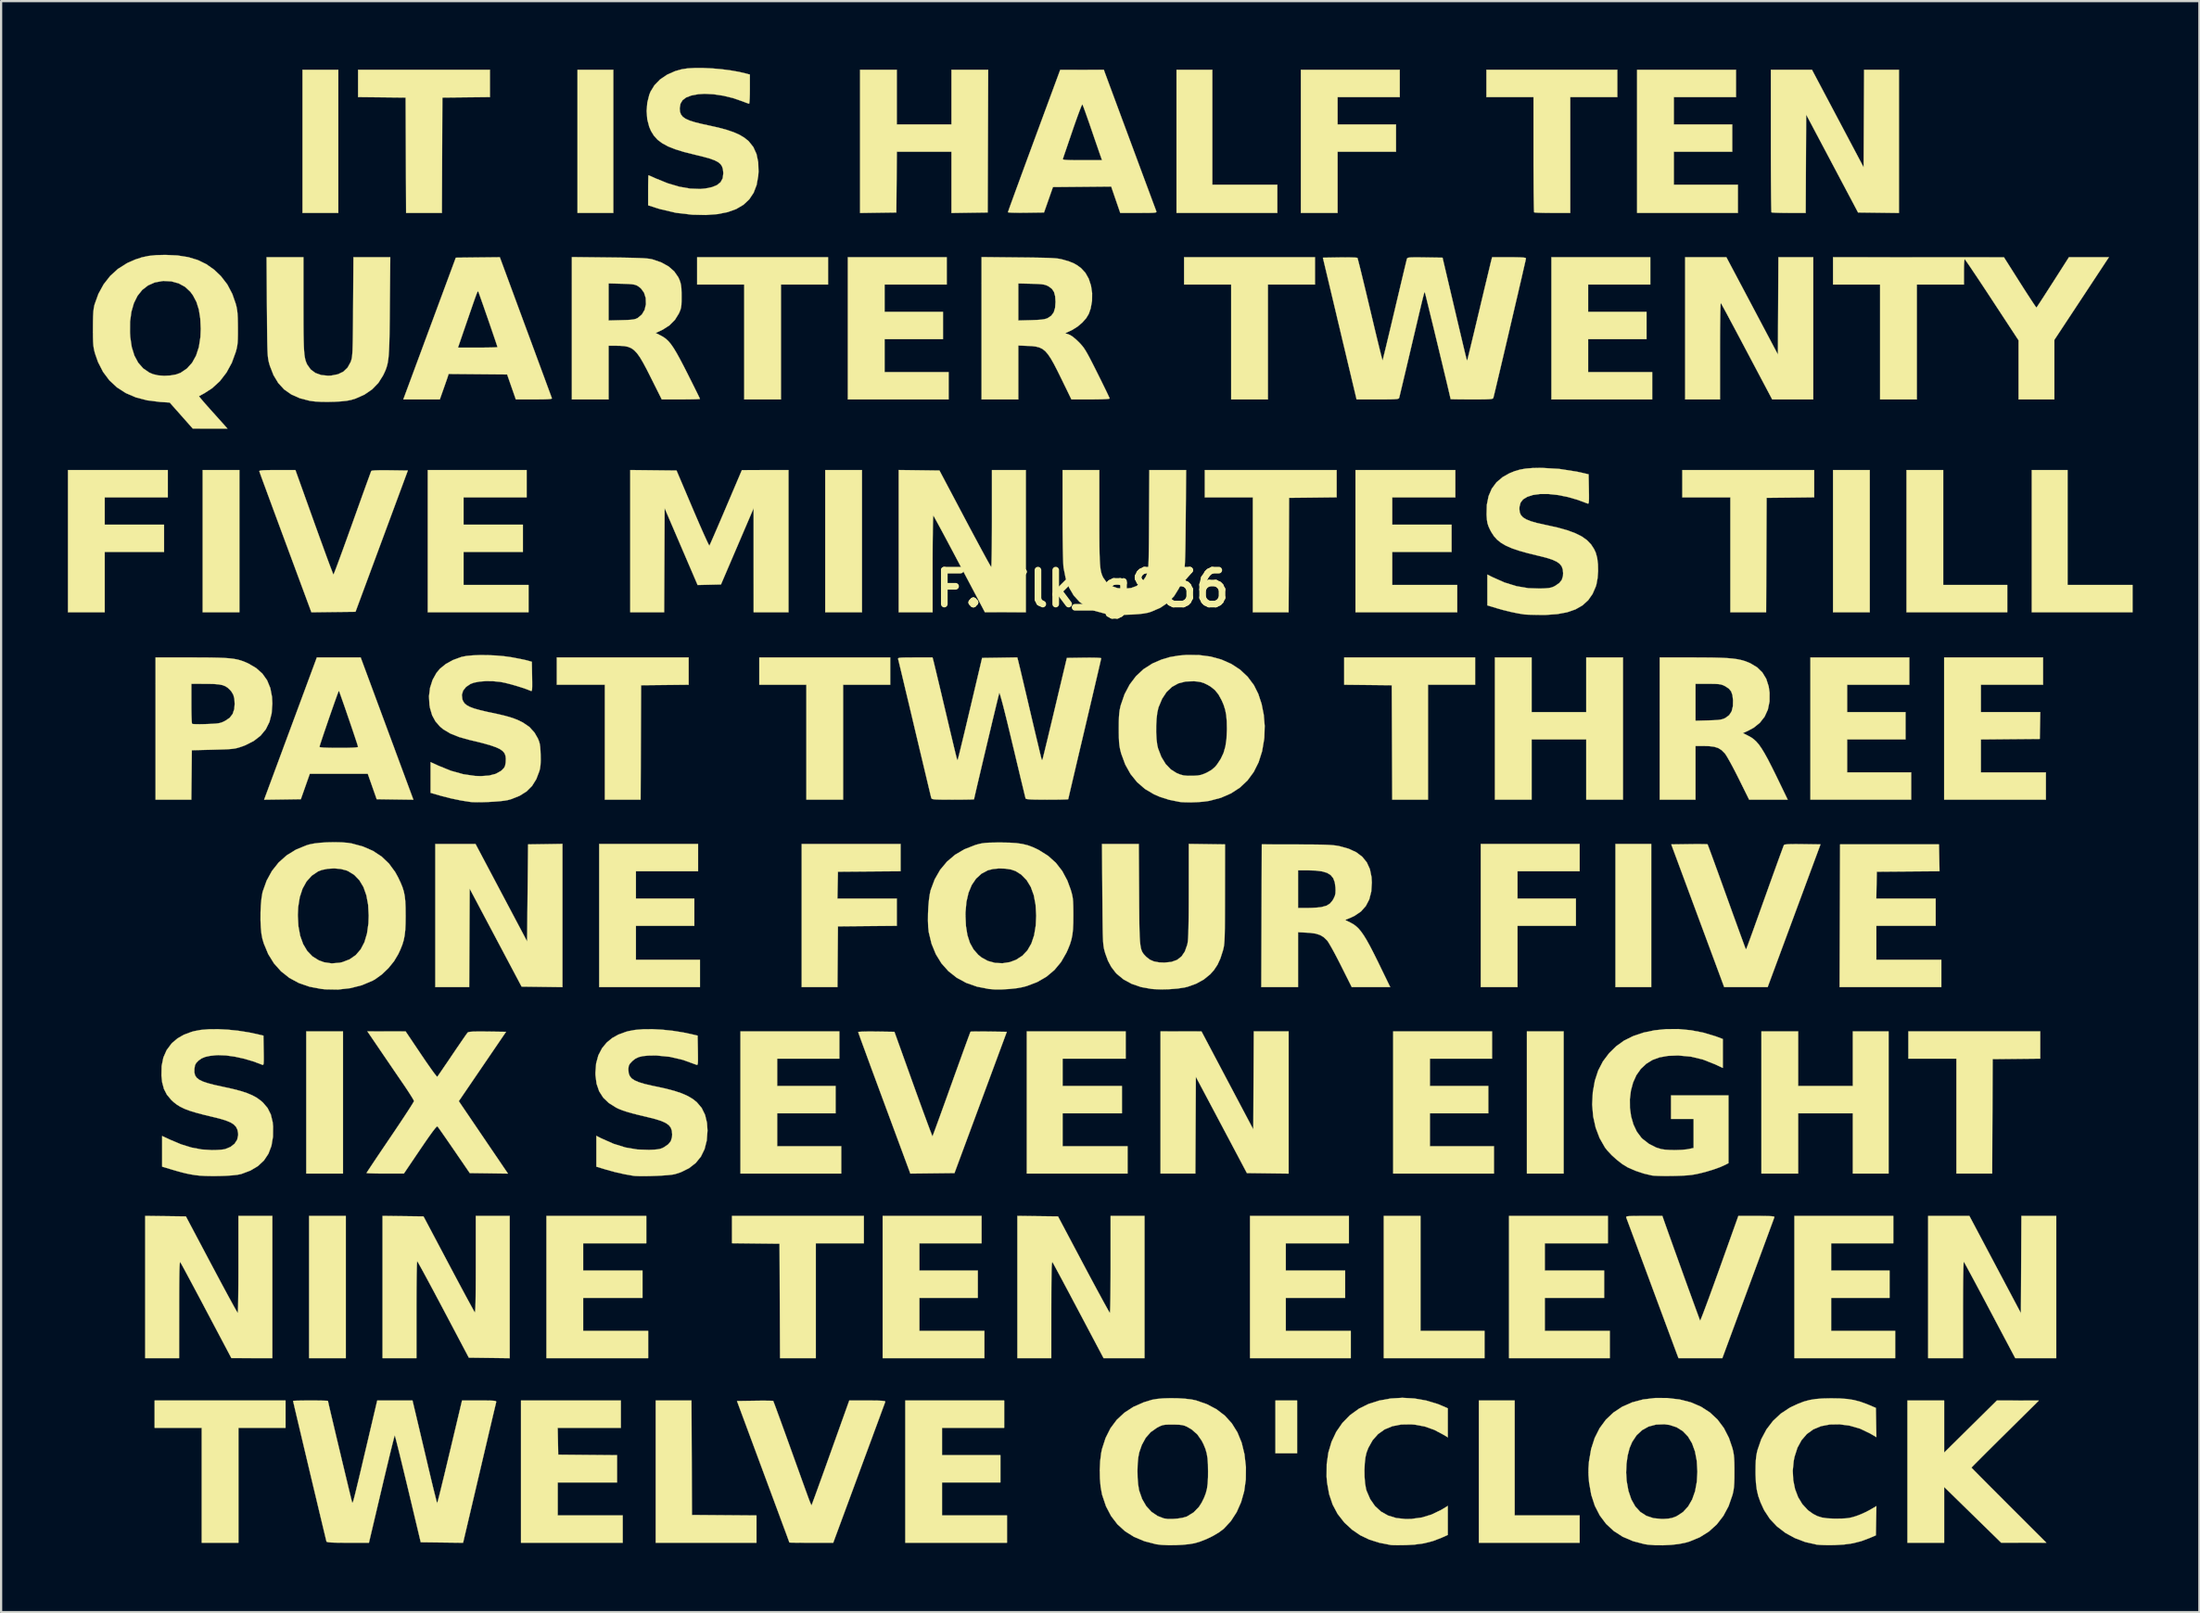
<source format=kicad_pcb>
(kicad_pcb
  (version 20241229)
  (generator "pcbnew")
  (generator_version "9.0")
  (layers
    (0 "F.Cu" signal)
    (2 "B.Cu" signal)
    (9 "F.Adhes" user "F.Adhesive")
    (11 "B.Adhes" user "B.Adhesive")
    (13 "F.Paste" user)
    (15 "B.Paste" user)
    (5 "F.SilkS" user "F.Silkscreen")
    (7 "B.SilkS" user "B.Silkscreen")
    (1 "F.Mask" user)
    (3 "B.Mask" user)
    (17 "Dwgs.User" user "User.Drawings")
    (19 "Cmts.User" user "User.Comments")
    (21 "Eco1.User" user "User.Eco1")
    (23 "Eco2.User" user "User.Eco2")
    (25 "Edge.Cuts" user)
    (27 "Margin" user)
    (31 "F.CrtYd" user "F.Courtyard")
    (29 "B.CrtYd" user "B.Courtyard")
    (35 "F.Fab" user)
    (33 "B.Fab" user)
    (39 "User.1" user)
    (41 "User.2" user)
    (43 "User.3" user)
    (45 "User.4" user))
  (footprint "F.Silk_g836"
    (layer "F.Cu")
    (at 45.598 23.413)
    (property "Reference" "F.Silk_g836" (at 0 0 0) (layer "F.SilkS") (effects (font (size 1.524 1.524) (thickness 0.3))))
    (attr through_hole)
    (fp_poly (pts (xy -37.888 1.058) (xy -39.539 1.058) (xy -39.539 -5.334) (xy -37.888 -5.334) (xy -37.888 1.058)) (stroke (width 0.01) (type solid)) (fill yes) (layer "F.SilkS"))
    (fp_poly (pts (xy -33.443 -16.891) (xy -35.052 -16.891) (xy -35.052 -23.326) (xy -33.443 -23.326) (xy -33.443 -16.891)) (stroke (width 0.01) (type solid)) (fill yes) (layer "F.SilkS"))
    (fp_poly (pts (xy -33.232 26.289) (xy -34.883 26.289) (xy -34.883 19.897) (xy -33.232 19.897) (xy -33.232 26.289)) (stroke (width 0.01) (type solid)) (fill yes) (layer "F.SilkS"))
    (fp_poly (pts (xy -33.105 34.586) (xy -34.756 34.586) (xy -34.756 28.194) (xy -33.105 28.194) (xy -33.105 34.586)) (stroke (width 0.01) (type solid)) (fill yes) (layer "F.SilkS"))
    (fp_poly (pts (xy -21.082 -16.891) (xy -22.691 -16.891) (xy -22.691 -23.326) (xy -21.082 -23.326) (xy -21.082 -16.891)) (stroke (width 0.01) (type solid)) (fill yes) (layer "F.SilkS"))
    (fp_poly (pts (xy -9.906 1.058) (xy -11.557 1.058) (xy -11.557 -5.334) (xy -9.906 -5.334) (xy -9.906 1.058)) (stroke (width 0.01) (type solid)) (fill yes) (layer "F.SilkS"))
    (fp_poly (pts (xy 9.652 38.862) (xy 8.678 38.862) (xy 8.678 36.491) (xy 9.652 36.491) (xy 9.652 38.862)) (stroke (width 0.01) (type solid)) (fill yes) (layer "F.SilkS"))
    (fp_poly (pts (xy 21.632 26.289) (xy 19.981 26.289) (xy 19.981 19.897) (xy 21.632 19.897) (xy 21.632 26.289)) (stroke (width 0.01) (type solid)) (fill yes) (layer "F.SilkS"))
    (fp_poly (pts (xy 25.569 17.907) (xy 23.961 17.907) (xy 23.961 11.472) (xy 25.569 11.472) (xy 25.569 17.907)) (stroke (width 0.01) (type solid)) (fill yes) (layer "F.SilkS"))
    (fp_poly (pts (xy 35.391 1.058) (xy 33.74 1.058) (xy 33.74 -5.334) (xy 35.391 -5.334) (xy 35.391 1.058)) (stroke (width 0.01) (type solid)) (fill yes) (layer "F.SilkS"))
    (fp_poly (pts (xy 5.842 -18.161) (xy 8.763 -18.161) (xy 8.763 -16.891) (xy 4.233 -16.891) (xy 4.233 -23.326) (xy 5.842 -23.326) (xy 5.842 -18.161)) (stroke (width 0.01) (type solid)) (fill yes) (layer "F.SilkS"))
    (fp_poly (pts (xy 15.198 33.359) (xy 18.076 33.359) (xy 18.076 34.586) (xy 13.547 34.586) (xy 13.547 28.194) (xy 15.198 28.194) (xy 15.198 33.359)) (stroke (width 0.01) (type solid)) (fill yes) (layer "F.SilkS"))
    (fp_poly (pts (xy 19.431 41.656) (xy 22.352 41.656) (xy 22.352 42.884) (xy 17.822 42.884) (xy 17.822 36.491) (xy 19.431 36.491) (xy 19.431 41.656)) (stroke (width 0.01) (type solid)) (fill yes) (layer "F.SilkS"))
    (fp_poly (pts (xy 38.693 -0.169) (xy 41.571 -0.169) (xy 41.571 1.058) (xy 37.042 1.058) (xy 37.042 -5.334) (xy 38.693 -5.334) (xy 38.693 -0.169)) (stroke (width 0.01) (type solid)) (fill yes) (layer "F.SilkS"))
    (fp_poly (pts (xy 44.281 -0.169) (xy 47.202 -0.169) (xy 47.202 1.058) (xy 42.672 1.058) (xy 42.672 -5.334) (xy 44.281 -5.334) (xy 44.281 -0.169)) (stroke (width 0.01) (type solid)) (fill yes) (layer "F.SilkS"))
    (fp_poly (pts (xy -35.814 37.719) (xy -37.931 37.719) (xy -37.931 42.884) (xy -39.582 42.884) (xy -39.582 37.719) (xy -41.698 37.719) (xy -41.698 36.491) (xy -35.814 36.491) (xy -35.814 37.719)) (stroke (width 0.01) (type solid)) (fill yes) (layer "F.SilkS"))
    (fp_poly (pts (xy -17.558 39.063) (xy -17.547 41.635) (xy -16.097 41.646) (xy -14.647 41.657) (xy -14.647 42.884) (xy -19.177 42.884) (xy -19.177 36.491) (xy -17.569 36.491) (xy -17.558 39.063)) (stroke (width 0.01) (type solid)) (fill yes) (layer "F.SilkS"))
    (fp_poly (pts (xy -11.43 -13.674) (xy -13.547 -13.674) (xy -13.547 -8.509) (xy -15.198 -8.509) (xy -15.198 -13.674) (xy -17.314 -13.674) (xy -17.314 -14.901) (xy -11.43 -14.901) (xy -11.43 -13.674)) (stroke (width 0.01) (type solid)) (fill yes) (layer "F.SilkS"))
    (fp_poly (pts (xy -8.636 4.318) (xy -10.753 4.318) (xy -10.753 9.483) (xy -12.404 9.483) (xy -12.404 4.318) (xy -14.52 4.318) (xy -14.52 3.09) (xy -8.636 3.09) (xy -8.636 4.318)) (stroke (width 0.01) (type solid)) (fill yes) (layer "F.SilkS"))
    (fp_poly (pts (xy 10.456 -13.674) (xy 8.34 -13.674) (xy 8.34 -8.509) (xy 6.689 -8.509) (xy 6.689 -13.674) (xy 4.572 -13.674) (xy 4.572 -14.901) (xy 10.456 -14.901) (xy 10.456 -13.674)) (stroke (width 0.01) (type solid)) (fill yes) (layer "F.SilkS"))
    (fp_poly (pts (xy 17.653 4.318) (xy 15.536 4.318) (xy 15.536 9.483) (xy 13.928 9.483) (xy 13.906 4.339) (xy 11.769 4.317) (xy 11.769 3.09) (xy 17.653 3.09) (xy 17.653 4.318)) (stroke (width 0.01) (type solid)) (fill yes) (layer "F.SilkS"))
    (fp_poly (pts (xy -9.821 29.422) (xy -11.98 29.422) (xy -11.98 34.586) (xy -13.588 34.586) (xy -13.61 29.443) (xy -14.679 29.432) (xy -15.748 29.42) (xy -15.748 28.194) (xy -9.821 28.194) (xy -9.821 29.422)) (stroke (width 0.01) (type solid)) (fill yes) (layer "F.SilkS"))
    (fp_poly (pts (xy 11.43 -4.108) (xy 10.361 -4.096) (xy 9.292 -4.085) (xy 9.27 1.058) (xy 7.662 1.058) (xy 7.662 -4.106) (xy 5.503 -4.106) (xy 5.503 -5.334) (xy 11.43 -5.334) (xy 11.43 -4.108)) (stroke (width 0.01) (type solid)) (fill yes) (layer "F.SilkS"))
    (fp_poly (pts (xy 32.893 -4.108) (xy 31.824 -4.096) (xy 30.755 -4.085) (xy 30.733 1.058) (xy 29.125 1.058) (xy 29.125 -4.106) (xy 26.966 -4.106) (xy 26.966 -5.334) (xy 32.893 -5.334) (xy 32.893 -4.108)) (stroke (width 0.01) (type solid)) (fill yes) (layer "F.SilkS"))
    (fp_poly (pts (xy 43.053 21.123) (xy 41.984 21.134) (xy 40.915 21.145) (xy 40.893 26.289) (xy 39.285 26.289) (xy 39.285 21.124) (xy 37.126 21.124) (xy 37.126 19.897) (xy 43.053 19.897) (xy 43.053 21.123)) (stroke (width 0.01) (type solid)) (fill yes) (layer "F.SilkS"))
    (fp_poly (pts (xy -41.106 -4.106) (xy -43.942 -4.106) (xy -43.942 -2.879) (xy -41.275 -2.879) (xy -41.275 -1.651) (xy -43.942 -1.651) (xy -43.942 1.058) (xy -45.593 1.058) (xy -45.593 -5.334) (xy -41.106 -5.334) (xy -41.106 -4.106)) (stroke (width 0.01) (type solid)) (fill yes) (layer "F.SilkS"))
    (fp_poly (pts (xy -26.628 -22.099) (xy -27.697 -22.088) (xy -28.765 -22.077) (xy -28.787 -16.891) (xy -30.395 -16.891) (xy -30.406 -19.484) (xy -30.416 -22.077) (xy -32.554 -22.099) (xy -32.554 -23.326) (xy -26.628 -23.326) (xy -26.628 -22.099)) (stroke (width 0.01) (type solid)) (fill yes) (layer "F.SilkS"))
    (fp_poly (pts (xy -17.695 4.317) (xy -18.764 4.328) (xy -19.833 4.339) (xy -19.844 6.911) (xy -19.855 9.483) (xy -21.463 9.483) (xy -21.463 4.318) (xy -23.622 4.318) (xy -23.622 3.09) (xy -17.695 3.09) (xy -17.695 4.317)) (stroke (width 0.01) (type solid)) (fill yes) (layer "F.SilkS"))
    (fp_poly (pts (xy 14.266 -22.098) (xy 11.472 -22.098) (xy 11.472 -20.87) (xy 14.097 -20.87) (xy 14.097 -19.643) (xy 11.472 -19.643) (xy 11.472 -16.891) (xy 9.821 -16.891) (xy 9.821 -23.326) (xy 14.266 -23.326) (xy 14.266 -22.098)) (stroke (width 0.01) (type solid)) (fill yes) (layer "F.SilkS"))
    (fp_poly (pts (xy 22.352 12.7) (xy 19.558 12.7) (xy 19.558 13.928) (xy 22.183 13.928) (xy 22.183 15.155) (xy 19.558 15.155) (xy 19.558 17.907) (xy 17.907 17.907) (xy 17.907 11.472) (xy 22.352 11.472) (xy 22.352 12.7)) (stroke (width 0.01) (type solid)) (fill yes) (layer "F.SilkS"))
    (fp_poly (pts (xy -8.17 12.699) (xy -10.986 12.721) (xy -11.009 13.928) (xy -8.34 13.928) (xy -8.34 15.154) (xy -9.663 15.165) (xy -10.986 15.177) (xy -11.008 17.907) (xy -12.615 17.907) (xy -12.615 11.472) (xy -8.17 11.472) (xy -8.17 12.699)) (stroke (width 0.01) (type solid)) (fill yes) (layer "F.SilkS"))
    (fp_poly (pts (xy -24.977 -4.106) (xy -27.813 -4.106) (xy -27.813 -2.879) (xy -25.146 -2.879) (xy -25.146 -1.651) (xy -27.813 -1.651) (xy -27.813 -0.169) (xy -24.892 -0.169) (xy -24.892 1.058) (xy -29.422 1.058) (xy -29.422 -5.334) (xy -24.977 -5.334) (xy -24.977 -4.106)) (stroke (width 0.01) (type solid)) (fill yes) (layer "F.SilkS"))
    (fp_poly (pts (xy -19.6 29.422) (xy -22.437 29.422) (xy -22.437 30.649) (xy -19.77 30.649) (xy -19.77 31.877) (xy -22.437 31.877) (xy -22.437 33.359) (xy -19.516 33.359) (xy -19.516 34.586) (xy -24.088 34.586) (xy -24.088 28.194) (xy -19.6 28.194) (xy -19.6 29.422)) (stroke (width 0.01) (type solid)) (fill yes) (layer "F.SilkS"))
    (fp_poly (pts (xy -17.272 12.7) (xy -20.066 12.7) (xy -20.066 13.928) (xy -17.441 13.928) (xy -17.441 15.155) (xy -20.066 15.155) (xy -20.066 16.679) (xy -17.187 16.679) (xy -17.187 17.907) (xy -21.717 17.907) (xy -21.717 11.472) (xy -17.272 11.472) (xy -17.272 12.7)) (stroke (width 0.01) (type solid)) (fill yes) (layer "F.SilkS"))
    (fp_poly (pts (xy -10.922 21.124) (xy -13.716 21.124) (xy -13.716 22.352) (xy -11.091 22.352) (xy -11.091 23.58) (xy -13.716 23.58) (xy -13.716 25.061) (xy -10.837 25.061) (xy -10.837 26.289) (xy -15.367 26.289) (xy -15.367 19.897) (xy -10.922 19.897) (xy -10.922 21.124)) (stroke (width 0.01) (type solid)) (fill yes) (layer "F.SilkS"))
    (fp_poly (pts (xy -6.096 -13.674) (xy -8.89 -13.674) (xy -8.89 -12.446) (xy -6.265 -12.446) (xy -6.265 -11.218) (xy -8.89 -11.218) (xy -8.89 -9.737) (xy -6.011 -9.737) (xy -6.011 -8.509) (xy -10.541 -8.509) (xy -10.541 -14.901) (xy -6.096 -14.901) (xy -6.096 -13.674)) (stroke (width 0.01) (type solid)) (fill yes) (layer "F.SilkS"))
    (fp_poly (pts (xy -4.53 29.422) (xy -7.324 29.422) (xy -7.324 30.649) (xy -4.699 30.649) (xy -4.699 31.877) (xy -7.324 31.877) (xy -7.324 33.359) (xy -4.403 33.359) (xy -4.403 34.586) (xy -8.975 34.586) (xy -8.975 28.194) (xy -4.53 28.194) (xy -4.53 29.422)) (stroke (width 0.01) (type solid)) (fill yes) (layer "F.SilkS"))
    (fp_poly (pts (xy -3.514 37.719) (xy -6.308 37.719) (xy -6.308 38.947) (xy -3.683 38.947) (xy -3.683 40.174) (xy -6.308 40.174) (xy -6.308 41.656) (xy -3.387 41.656) (xy -3.387 42.884) (xy -7.959 42.884) (xy -7.959 36.491) (xy -3.514 36.491) (xy -3.514 37.719)) (stroke (width 0.01) (type solid)) (fill yes) (layer "F.SilkS"))
    (fp_poly (pts (xy 1.947 21.124) (xy -0.889 21.124) (xy -0.889 22.352) (xy 1.778 22.352) (xy 1.778 23.58) (xy -0.889 23.58) (xy -0.889 25.061) (xy 2.032 25.061) (xy 2.032 26.289) (xy -2.498 26.289) (xy -2.498 19.897) (xy 1.947 19.897) (xy 1.947 21.124)) (stroke (width 0.01) (type solid)) (fill yes) (layer "F.SilkS"))
    (fp_poly (pts (xy 11.98 29.422) (xy 9.144 29.422) (xy 9.144 30.649) (xy 11.811 30.649) (xy 11.811 31.877) (xy 9.144 31.877) (xy 9.144 33.359) (xy 12.065 33.359) (xy 12.065 34.586) (xy 7.535 34.586) (xy 7.535 28.194) (xy 11.98 28.194) (xy 11.98 29.422)) (stroke (width 0.01) (type solid)) (fill yes) (layer "F.SilkS"))
    (fp_poly (pts (xy 16.764 -4.106) (xy 13.928 -4.106) (xy 13.928 -2.879) (xy 16.595 -2.879) (xy 16.595 -1.651) (xy 13.928 -1.651) (xy 13.928 -0.169) (xy 16.849 -0.169) (xy 16.849 1.058) (xy 12.277 1.058) (xy 12.277 -5.334) (xy 16.764 -5.334) (xy 16.764 -4.106)) (stroke (width 0.01) (type solid)) (fill yes) (layer "F.SilkS"))
    (fp_poly (pts (xy 18.415 21.124) (xy 15.621 21.124) (xy 15.621 22.352) (xy 18.246 22.352) (xy 18.246 23.58) (xy 15.621 23.58) (xy 15.621 25.061) (xy 18.5 25.061) (xy 18.5 26.289) (xy 13.97 26.289) (xy 13.97 19.897) (xy 18.415 19.897) (xy 18.415 21.124)) (stroke (width 0.01) (type solid)) (fill yes) (layer "F.SilkS"))
    (fp_poly (pts (xy 20.193 5.546) (xy 22.648 5.546) (xy 22.648 3.09) (xy 24.299 3.09) (xy 24.299 9.483) (xy 22.648 9.483) (xy 22.648 6.773) (xy 20.193 6.773) (xy 20.193 9.483) (xy 18.542 9.483) (xy 18.542 3.09) (xy 20.193 3.09) (xy 20.193 5.546)) (stroke (width 0.01) (type solid)) (fill yes) (layer "F.SilkS"))
    (fp_poly (pts (xy 23.622 29.422) (xy 20.786 29.422) (xy 20.786 30.649) (xy 23.453 30.649) (xy 23.453 31.877) (xy 20.786 31.877) (xy 20.786 33.359) (xy 23.707 33.359) (xy 23.707 34.586) (xy 19.177 34.586) (xy 19.177 28.194) (xy 23.622 28.194) (xy 23.622 29.422)) (stroke (width 0.01) (type solid)) (fill yes) (layer "F.SilkS"))
    (fp_poly (pts (xy 25.527 -13.674) (xy 22.733 -13.674) (xy 22.733 -12.446) (xy 25.358 -12.446) (xy 25.358 -11.218) (xy 22.733 -11.218) (xy 22.733 -9.737) (xy 25.612 -9.737) (xy 25.612 -8.509) (xy 21.082 -8.509) (xy 21.082 -14.901) (xy 25.527 -14.901) (xy 25.527 -13.674)) (stroke (width 0.01) (type solid)) (fill yes) (layer "F.SilkS"))
    (fp_poly (pts (xy 29.379 -22.098) (xy 26.585 -22.098) (xy 26.585 -20.87) (xy 29.21 -20.87) (xy 29.21 -19.643) (xy 26.585 -19.643) (xy 26.585 -18.161) (xy 29.464 -18.161) (xy 29.464 -16.891) (xy 24.934 -16.891) (xy 24.934 -23.326) (xy 29.379 -23.326) (xy 29.379 -22.098)) (stroke (width 0.01) (type solid)) (fill yes) (layer "F.SilkS"))
    (fp_poly (pts (xy 32.173 22.352) (xy 34.629 22.352) (xy 34.629 19.897) (xy 36.237 19.897) (xy 36.237 26.289) (xy 34.629 26.289) (xy 34.629 23.58) (xy 32.173 23.58) (xy 32.173 26.289) (xy 30.522 26.289) (xy 30.522 19.897) (xy 32.173 19.897) (xy 32.173 22.352)) (stroke (width 0.01) (type solid)) (fill yes) (layer "F.SilkS"))
    (fp_poly (pts (xy 36.449 29.422) (xy 33.655 29.422) (xy 33.655 30.649) (xy 36.28 30.649) (xy 36.28 31.877) (xy 33.655 31.877) (xy 33.655 33.359) (xy 36.534 33.359) (xy 36.534 34.586) (xy 32.004 34.586) (xy 32.004 28.194) (xy 36.449 28.194) (xy 36.449 29.422)) (stroke (width 0.01) (type solid)) (fill yes) (layer "F.SilkS"))
    (fp_poly (pts (xy 37.169 4.318) (xy 34.375 4.318) (xy 34.375 5.546) (xy 36.999 5.546) (xy 36.999 6.773) (xy 34.375 6.773) (xy 34.375 8.255) (xy 37.253 8.255) (xy 37.253 9.483) (xy 32.724 9.483) (xy 32.724 3.09) (xy 37.169 3.09) (xy 37.169 4.318)) (stroke (width 0.01) (type solid)) (fill yes) (layer "F.SilkS"))
    (fp_poly (pts (xy -23.368 17.909) (xy -25.204 17.886) (xy -26.371 15.685) (xy -27.538 13.483) (xy -27.56 17.907) (xy -29.083 17.907) (xy -29.083 11.472) (xy -27.276 11.472) (xy -24.956 15.854) (xy -24.934 13.674) (xy -24.913 11.493) (xy -24.141 11.482) (xy -23.368 11.47) (xy -23.368 17.909)) (stroke (width 0.01) (type solid)) (fill yes) (layer "F.SilkS"))
    (fp_poly (pts (xy -20.743 37.719) (xy -23.582 37.719) (xy -23.558 38.925) (xy -22.236 38.937) (xy -20.913 38.948) (xy -20.913 40.174) (xy -23.58 40.174) (xy -23.58 41.656) (xy -20.659 41.656) (xy -20.659 42.884) (xy -25.231 42.884) (xy -25.231 36.491) (xy -20.743 36.491) (xy -20.743 37.719)) (stroke (width 0.01) (type solid)) (fill yes) (layer "F.SilkS"))
    (fp_poly (pts (xy -8.34 -20.87) (xy -5.884 -20.87) (xy -5.884 -23.326) (xy -4.233 -23.326) (xy -4.255 -16.912) (xy -5.069 -16.901) (xy -5.884 -16.889) (xy -5.884 -19.643) (xy -8.338 -19.643) (xy -8.361 -16.912) (xy -9.176 -16.901) (xy -9.991 -16.889) (xy -9.991 -23.326) (xy -8.34 -23.326) (xy -8.34 -20.87)) (stroke (width 0.01) (type solid)) (fill yes) (layer "F.SilkS"))
    (fp_poly (pts (xy 9.271 26.291) (xy 7.396 26.268) (xy 6.249 24.104) (xy 5.101 21.94) (xy 5.079 26.289) (xy 3.514 26.289) (xy 3.514 19.897) (xy 4.434 19.898) (xy 5.355 19.9) (xy 6.519 22.103) (xy 7.684 24.306) (xy 7.694 22.101) (xy 7.705 19.897) (xy 9.271 19.897) (xy 9.271 26.291)) (stroke (width 0.01) (type solid)) (fill yes) (layer "F.SilkS"))
    (fp_poly (pts (xy 43.18 4.318) (xy 40.386 4.318) (xy 40.386 5.546) (xy 43.055 5.546) (xy 43.044 6.149) (xy 43.032 6.752) (xy 41.709 6.763) (xy 40.386 6.775) (xy 40.386 8.255) (xy 43.307 8.255) (xy 43.307 9.483) (xy 38.735 9.483) (xy 38.735 3.09) (xy 43.18 3.09) (xy 43.18 4.318)) (stroke (width 0.01) (type solid)) (fill yes) (layer "F.SilkS"))
    (fp_poly (pts (xy 38.514 12.096) (xy 38.526 12.699) (xy 37.117 12.71) (xy 35.708 12.721) (xy 35.696 13.324) (xy 35.685 13.928) (xy 38.354 13.928) (xy 38.354 15.155) (xy 35.687 15.155) (xy 35.687 16.679) (xy 38.608 16.679) (xy 38.608 17.907) (xy 34.035 17.907) (xy 34.046 14.7) (xy 34.057 11.493) (xy 38.502 11.493) (xy 38.514 12.096)) (stroke (width 0.01) (type solid)) (fill yes) (layer "F.SilkS"))
    (fp_poly (pts (xy 24.045 -22.098) (xy 21.929 -22.098) (xy 21.929 -16.891) (xy 21.131 -16.891) (xy 20.88 -16.892) (xy 20.658 -16.896) (xy 20.479 -16.902) (xy 20.357 -16.91) (xy 20.306 -16.919) (xy 20.306 -16.919) (xy 20.301 -16.965) (xy 20.296 -17.089) (xy 20.292 -17.282) (xy 20.288 -17.538) (xy 20.284 -17.85) (xy 20.282 -18.209) (xy 20.28 -18.608) (xy 20.278 -19.041) (xy 20.278 -19.499) (xy 20.278 -19.523) (xy 20.278 -22.098) (xy 18.161 -22.098) (xy 18.161 -23.326) (xy 24.045 -23.326) (xy 24.045 -22.098)) (stroke (width 0.01) (type solid)) (fill yes) (layer "F.SilkS"))
    (fp_poly (pts (xy 35.115 -18.944) (xy 35.137 -23.326) (xy 36.703 -23.326) (xy 36.703 -16.889) (xy 34.865 -16.912) (xy 33.699 -19.113) (xy 32.533 -21.313) (xy 32.511 -16.891) (xy 31.757 -16.891) (xy 31.512 -16.893) (xy 31.297 -16.897) (xy 31.127 -16.903) (xy 31.014 -16.911) (xy 30.974 -16.919) (xy 30.969 -16.965) (xy 30.965 -17.089) (xy 30.961 -17.284) (xy 30.957 -17.545) (xy 30.954 -17.863) (xy 30.951 -18.233) (xy 30.949 -18.648) (xy 30.947 -19.102) (xy 30.946 -19.587) (xy 30.946 -20.098) (xy 30.946 -20.137) (xy 30.946 -23.326) (xy 32.794 -23.326) (xy 35.115 -18.944)) (stroke (width 0.01) (type solid)) (fill yes) (layer "F.SilkS"))
    (fp_poly (pts (xy 30.105 -12.714) (xy 31.263 -10.526) (xy 31.274 -12.714) (xy 31.285 -14.901) (xy 32.851 -14.901) (xy 32.851 -8.509) (xy 31.006 -8.509) (xy 29.869 -10.657) (xy 29.66 -11.052) (xy 29.462 -11.425) (xy 29.279 -11.769) (xy 29.114 -12.077) (xy 28.972 -12.343) (xy 28.855 -12.559) (xy 28.767 -12.72) (xy 28.713 -12.818) (xy 28.696 -12.846) (xy 28.689 -12.813) (xy 28.682 -12.703) (xy 28.676 -12.523) (xy 28.671 -12.28) (xy 28.667 -11.983) (xy 28.663 -11.639) (xy 28.661 -11.254) (xy 28.66 -10.837) (xy 28.66 -10.698) (xy 28.66 -8.509) (xy 27.093 -8.509) (xy 27.093 -14.901) (xy 28.946 -14.901) (xy 30.105 -12.714)) (stroke (width 0.01) (type solid)) (fill yes) (layer "F.SilkS"))
    (fp_poly (pts (xy 41.027 30.38) (xy 42.185 32.565) (xy 42.196 30.38) (xy 42.207 28.194) (xy 43.773 28.194) (xy 43.773 34.586) (xy 41.93 34.586) (xy 40.792 32.438) (xy 40.583 32.043) (xy 40.385 31.67) (xy 40.202 31.327) (xy 40.037 31.018) (xy 39.894 30.753) (xy 39.777 30.536) (xy 39.69 30.375) (xy 39.635 30.278) (xy 39.618 30.249) (xy 39.611 30.282) (xy 39.604 30.393) (xy 39.598 30.574) (xy 39.593 30.818) (xy 39.588 31.118) (xy 39.585 31.468) (xy 39.583 31.859) (xy 39.582 32.286) (xy 39.582 32.398) (xy 39.582 34.586) (xy 38.015 34.586) (xy 38.015 28.194) (xy 39.869 28.194) (xy 41.027 30.38)) (stroke (width 0.01) (type solid)) (fill yes) (layer "F.SilkS"))
    (fp_poly (pts (xy 38.735 38.832) (xy 41.104 36.491) (xy 42.047 36.493) (xy 42.989 36.495) (xy 41.476 37.993) (xy 41.18 38.285) (xy 40.904 38.56) (xy 40.652 38.81) (xy 40.431 39.031) (xy 40.246 39.217) (xy 40.103 39.361) (xy 40.007 39.459) (xy 39.964 39.504) (xy 39.963 39.506) (xy 39.992 39.538) (xy 40.075 39.625) (xy 40.208 39.76) (xy 40.385 39.939) (xy 40.601 40.156) (xy 40.849 40.406) (xy 41.126 40.683) (xy 41.425 40.982) (xy 41.645 41.203) (xy 43.328 42.883) (xy 42.312 42.882) (xy 41.296 42.881) (xy 38.735 40.377) (xy 38.735 42.884) (xy 37.084 42.884) (xy 37.084 36.491) (xy 38.735 36.491) (xy 38.735 38.832)) (stroke (width 0.01) (type solid)) (fill yes) (layer "F.SilkS"))
    (fp_poly (pts (xy -19.28 -5.324) (xy -18.24 -5.313) (xy -17.516 -3.608) (xy -17.364 -3.253) (xy -17.222 -2.924) (xy -17.093 -2.63) (xy -16.98 -2.378) (xy -16.887 -2.175) (xy -16.818 -2.03) (xy -16.775 -1.949) (xy -16.763 -1.936) (xy -16.741 -1.98) (xy -16.689 -2.095) (xy -16.612 -2.271) (xy -16.512 -2.501) (xy -16.393 -2.776) (xy -16.259 -3.088) (xy -16.113 -3.429) (xy -16.019 -3.65) (xy -15.303 -5.332) (xy -14.256 -5.333) (xy -13.208 -5.334) (xy -13.208 1.058) (xy -14.774 1.058) (xy -14.775 -1.281) (xy -14.775 -3.619) (xy -16.243 -0.191) (xy -16.768 -0.179) (xy -17.293 -0.167) (xy -18.034 -1.893) (xy -18.775 -3.619) (xy -18.786 -1.281) (xy -18.797 1.058) (xy -20.32 1.058) (xy -20.32 -5.335) (xy -19.28 -5.324)) (stroke (width 0.01) (type solid)) (fill yes) (layer "F.SilkS"))
    (fp_poly (pts (xy 44.914 -13.043) (xy 43.688 -11.185) (xy 43.688 -8.509) (xy 42.079 -8.509) (xy 42.079 -11.166) (xy 40.883 -12.99) (xy 40.652 -13.342) (xy 40.434 -13.672) (xy 40.234 -13.973) (xy 40.056 -14.238) (xy 39.906 -14.462) (xy 39.787 -14.636) (xy 39.703 -14.755) (xy 39.66 -14.811) (xy 39.656 -14.815) (xy 39.644 -14.776) (xy 39.634 -14.668) (xy 39.627 -14.505) (xy 39.624 -14.304) (xy 39.624 -14.245) (xy 39.624 -13.674) (xy 37.507 -13.674) (xy 37.507 -8.509) (xy 35.856 -8.509) (xy 35.856 -13.674) (xy 33.74 -13.674) (xy 33.74 -14.901) (xy 41.423 -14.897) (xy 42.143 -13.761) (xy 42.319 -13.484) (xy 42.481 -13.233) (xy 42.623 -13.015) (xy 42.739 -12.839) (xy 42.825 -12.713) (xy 42.874 -12.646) (xy 42.884 -12.637) (xy 42.911 -12.674) (xy 42.978 -12.775) (xy 43.079 -12.929) (xy 43.209 -13.129) (xy 43.361 -13.366) (xy 43.531 -13.631) (xy 43.624 -13.775) (xy 44.343 -14.901) (xy 46.139 -14.901) (xy 44.914 -13.043)) (stroke (width 0.01) (type solid)) (fill yes) (layer "F.SilkS"))
    (fp_poly (pts (xy -29.613 28.215) (xy -28.484 30.347) (xy -28.275 30.741) (xy -28.077 31.113) (xy -27.894 31.455) (xy -27.729 31.763) (xy -27.586 32.027) (xy -27.468 32.243) (xy -27.381 32.402) (xy -27.326 32.499) (xy -27.308 32.525) (xy -27.297 32.509) (xy -27.288 32.432) (xy -27.28 32.293) (xy -27.274 32.087) (xy -27.269 31.81) (xy -27.266 31.461) (xy -27.264 31.034) (xy -27.263 30.528) (xy -27.263 30.383) (xy -27.263 28.194) (xy -25.739 28.194) (xy -25.739 34.588) (xy -27.576 34.565) (xy -28.721 32.397) (xy -28.931 32.002) (xy -29.129 31.629) (xy -29.312 31.287) (xy -29.477 30.981) (xy -29.619 30.718) (xy -29.736 30.505) (xy -29.824 30.348) (xy -29.88 30.253) (xy -29.898 30.228) (xy -29.904 30.268) (xy -29.91 30.386) (xy -29.915 30.572) (xy -29.92 30.819) (xy -29.924 31.12) (xy -29.927 31.466) (xy -29.929 31.849) (xy -29.93 32.261) (xy -29.93 32.406) (xy -29.93 34.586) (xy -31.454 34.586) (xy -31.454 28.192) (xy -29.613 28.215)) (stroke (width 0.01) (type solid)) (fill yes) (layer "F.SilkS"))
    (fp_poly (pts (xy -6.423 -5.313) (xy -5.275 -3.144) (xy -5.066 -2.749) (xy -4.867 -2.377) (xy -4.683 -2.034) (xy -4.518 -1.728) (xy -4.375 -1.465) (xy -4.258 -1.252) (xy -4.17 -1.095) (xy -4.114 -1.001) (xy -4.096 -0.975) (xy -4.09 -1.015) (xy -4.084 -1.133) (xy -4.079 -1.32) (xy -4.074 -1.567) (xy -4.07 -1.868) (xy -4.067 -2.213) (xy -4.065 -2.596) (xy -4.064 -3.009) (xy -4.064 -3.154) (xy -4.064 -5.334) (xy -2.54 -5.334) (xy -2.54 1.058) (xy -4.381 1.056) (xy -5.523 -1.105) (xy -5.732 -1.5) (xy -5.93 -1.873) (xy -6.113 -2.216) (xy -6.277 -2.524) (xy -6.42 -2.788) (xy -6.537 -3.003) (xy -6.625 -3.162) (xy -6.679 -3.259) (xy -6.697 -3.286) (xy -6.704 -3.249) (xy -6.71 -3.135) (xy -6.715 -2.953) (xy -6.72 -2.708) (xy -6.724 -2.411) (xy -6.728 -2.067) (xy -6.73 -1.686) (xy -6.731 -1.275) (xy -6.731 -1.124) (xy -6.731 1.058) (xy -8.255 1.058) (xy -8.255 -5.336) (xy -6.423 -5.313)) (stroke (width 0.01) (type solid)) (fill yes) (layer "F.SilkS"))
    (fp_poly (pts (xy -40.293 28.215) (xy -39.144 30.384) (xy -38.933 30.78) (xy -38.735 31.152) (xy -38.551 31.494) (xy -38.386 31.8) (xy -38.242 32.063) (xy -38.125 32.276) (xy -38.036 32.433) (xy -37.981 32.528) (xy -37.962 32.554) (xy -37.956 32.513) (xy -37.951 32.395) (xy -37.945 32.209) (xy -37.941 31.961) (xy -37.937 31.66) (xy -37.934 31.315) (xy -37.932 30.932) (xy -37.931 30.519) (xy -37.931 30.374) (xy -37.931 28.194) (xy -36.407 28.194) (xy -36.407 34.586) (xy -37.327 34.585) (xy -38.248 34.584) (xy -39.37 32.463) (xy -39.578 32.069) (xy -39.776 31.697) (xy -39.959 31.353) (xy -40.124 31.045) (xy -40.267 30.778) (xy -40.384 30.561) (xy -40.472 30.399) (xy -40.527 30.301) (xy -40.543 30.273) (xy -40.555 30.273) (xy -40.565 30.312) (xy -40.574 30.394) (xy -40.58 30.526) (xy -40.586 30.712) (xy -40.59 30.958) (xy -40.593 31.269) (xy -40.595 31.652) (xy -40.596 32.11) (xy -40.596 32.396) (xy -40.598 34.586) (xy -42.122 34.586) (xy -42.122 28.192) (xy -40.293 28.215)) (stroke (width 0.01) (type solid)) (fill yes) (layer "F.SilkS"))
    (fp_poly (pts (xy -2.008 28.204) (xy -1.094 28.215) (xy 0.056 30.385) (xy 0.266 30.78) (xy 0.465 31.152) (xy 0.649 31.494) (xy 0.815 31.8) (xy 0.958 32.063) (xy 1.076 32.277) (xy 1.164 32.434) (xy 1.22 32.528) (xy 1.238 32.554) (xy 1.244 32.513) (xy 1.25 32.395) (xy 1.255 32.209) (xy 1.26 31.961) (xy 1.264 31.661) (xy 1.267 31.315) (xy 1.269 30.932) (xy 1.27 30.519) (xy 1.27 30.374) (xy 1.27 28.194) (xy 2.794 28.194) (xy 2.794 34.586) (xy 0.953 34.585) (xy -0.169 32.464) (xy -0.378 32.071) (xy -0.575 31.698) (xy -0.758 31.355) (xy -0.923 31.046) (xy -1.066 30.779) (xy -1.183 30.562) (xy -1.271 30.4) (xy -1.326 30.302) (xy -1.343 30.274) (xy -1.355 30.274) (xy -1.365 30.312) (xy -1.373 30.395) (xy -1.38 30.526) (xy -1.385 30.711) (xy -1.389 30.957) (xy -1.392 31.268) (xy -1.394 31.65) (xy -1.395 32.108) (xy -1.396 32.396) (xy -1.397 34.586) (xy -2.921 34.586) (xy -2.921 28.192) (xy -2.008 28.204)) (stroke (width 0.01) (type solid)) (fill yes) (layer "F.SilkS"))
    (fp_poly (pts (xy -4.468 19.904) (xy -4.217 19.906) (xy -4.202 19.906) (xy -3.396 19.918) (xy -5.748 26.268) (xy -7.731 26.29) (xy -8.903 23.125) (xy -9.086 22.631) (xy -9.26 22.159) (xy -9.424 21.717) (xy -9.574 21.309) (xy -9.708 20.942) (xy -9.825 20.623) (xy -9.923 20.356) (xy -9.998 20.148) (xy -10.049 20.006) (xy -10.073 19.935) (xy -10.075 19.928) (xy -10.035 19.918) (xy -9.923 19.911) (xy -9.753 19.906) (xy -9.536 19.904) (xy -9.286 19.906) (xy -9.261 19.906) (xy -8.447 19.918) (xy -7.601 22.275) (xy -7.448 22.7) (xy -7.303 23.099) (xy -7.169 23.467) (xy -7.048 23.795) (xy -6.944 24.078) (xy -6.858 24.308) (xy -6.792 24.479) (xy -6.751 24.583) (xy -6.735 24.614) (xy -6.718 24.572) (xy -6.675 24.457) (xy -6.608 24.276) (xy -6.521 24.037) (xy -6.415 23.747) (xy -6.294 23.412) (xy -6.159 23.039) (xy -6.015 22.637) (xy -5.881 22.264) (xy -5.729 21.84) (xy -5.585 21.441) (xy -5.452 21.073) (xy -5.333 20.743) (xy -5.229 20.458) (xy -5.144 20.226) (xy -5.08 20.053) (xy -5.04 19.947) (xy -5.026 19.914) (xy -4.98 19.908) (xy -4.863 19.905) (xy -4.687 19.903) (xy -4.468 19.904)) (stroke (width 0.01) (type solid)) (fill yes) (layer "F.SilkS"))
    (fp_poly (pts (xy -36.188 -5.333) (xy -35.37 -5.333) (xy -34.528 -2.984) (xy -34.375 -2.559) (xy -34.23 -2.159) (xy -34.096 -1.791) (xy -33.976 -1.461) (xy -33.871 -1.177) (xy -33.784 -0.946) (xy -33.718 -0.774) (xy -33.676 -0.668) (xy -33.66 -0.635) (xy -33.641 -0.674) (xy -33.597 -0.786) (xy -33.529 -0.963) (xy -33.441 -1.199) (xy -33.335 -1.487) (xy -33.214 -1.819) (xy -33.08 -2.189) (xy -32.936 -2.59) (xy -32.808 -2.945) (xy -32.657 -3.368) (xy -32.514 -3.766) (xy -32.382 -4.135) (xy -32.263 -4.465) (xy -32.16 -4.75) (xy -32.075 -4.983) (xy -32.012 -5.156) (xy -31.972 -5.263) (xy -31.959 -5.295) (xy -31.909 -5.309) (xy -31.784 -5.319) (xy -31.593 -5.325) (xy -31.346 -5.326) (xy -31.126 -5.324) (xy -30.317 -5.313) (xy -31.493 -2.138) (xy -32.669 1.037) (xy -33.66 1.048) (xy -34.651 1.06) (xy -35.814 -2.08) (xy -35.997 -2.573) (xy -36.171 -3.044) (xy -36.335 -3.486) (xy -36.485 -3.894) (xy -36.621 -4.261) (xy -36.738 -4.581) (xy -36.837 -4.848) (xy -36.913 -5.056) (xy -36.964 -5.199) (xy -36.99 -5.27) (xy -36.992 -5.277) (xy -36.983 -5.297) (xy -36.937 -5.312) (xy -36.847 -5.323) (xy -36.701 -5.329) (xy -36.49 -5.333) (xy -36.204 -5.333) (xy -36.188 -5.333)) (stroke (width 0.01) (type solid)) (fill yes) (layer "F.SilkS"))
    (fp_poly (pts (xy 27.927 11.481) (xy 28.049 11.485) (xy 28.1 11.491) (xy 28.1 11.491) (xy 28.118 11.534) (xy 28.162 11.649) (xy 28.229 11.83) (xy 28.317 12.069) (xy 28.423 12.36) (xy 28.545 12.695) (xy 28.68 13.068) (xy 28.825 13.471) (xy 28.961 13.848) (xy 29.114 14.272) (xy 29.258 14.672) (xy 29.392 15.04) (xy 29.512 15.371) (xy 29.616 15.656) (xy 29.701 15.888) (xy 29.765 16.062) (xy 29.805 16.168) (xy 29.819 16.202) (xy 29.824 16.206) (xy 29.829 16.204) (xy 29.838 16.192) (xy 29.852 16.162) (xy 29.873 16.111) (xy 29.904 16.031) (xy 29.946 15.917) (xy 30.002 15.764) (xy 30.074 15.565) (xy 30.164 15.316) (xy 30.274 15.009) (xy 30.406 14.641) (xy 30.562 14.204) (xy 30.745 13.694) (xy 30.754 13.669) (xy 30.898 13.266) (xy 31.034 12.887) (xy 31.16 12.539) (xy 31.272 12.229) (xy 31.368 11.966) (xy 31.445 11.757) (xy 31.5 11.609) (xy 31.53 11.53) (xy 31.535 11.52) (xy 31.576 11.501) (xy 31.676 11.489) (xy 31.842 11.481) (xy 32.079 11.479) (xy 32.371 11.482) (xy 33.177 11.493) (xy 30.802 17.907) (xy 28.848 17.907) (xy 26.47 11.493) (xy 27.275 11.482) (xy 27.527 11.479) (xy 27.749 11.479) (xy 27.927 11.481)) (stroke (width 0.01) (type solid)) (fill yes) (layer "F.SilkS"))
    (fp_poly (pts (xy -32.072 4.075) (xy -31.985 4.309) (xy -31.873 4.612) (xy -31.741 4.969) (xy -31.592 5.37) (xy -31.432 5.803) (xy -31.265 6.254) (xy -31.095 6.713) (xy -30.926 7.167) (xy -30.888 7.272) (xy -30.068 9.484) (xy -30.892 9.473) (xy -31.717 9.461) (xy -32.118 8.319) (xy -34.724 8.319) (xy -35.126 9.461) (xy -35.951 9.473) (xy -36.777 9.484) (xy -35.957 7.272) (xy -35.898 7.112) (xy -34.29 7.112) (xy -34.249 7.127) (xy -34.128 7.14) (xy -33.932 7.148) (xy -33.667 7.153) (xy -33.422 7.154) (xy -33.097 7.153) (xy -32.852 7.147) (xy -32.683 7.138) (xy -32.585 7.125) (xy -32.554 7.107) (xy -32.568 7.059) (xy -32.604 6.942) (xy -32.661 6.77) (xy -32.733 6.554) (xy -32.816 6.306) (xy -32.907 6.038) (xy -33.002 5.762) (xy -33.095 5.489) (xy -33.184 5.232) (xy -33.265 5.002) (xy -33.332 4.811) (xy -33.382 4.672) (xy -33.412 4.595) (xy -33.417 4.584) (xy -33.433 4.619) (xy -33.473 4.722) (xy -33.531 4.883) (xy -33.605 5.089) (xy -33.689 5.329) (xy -33.781 5.591) (xy -33.876 5.864) (xy -33.969 6.137) (xy -34.058 6.398) (xy -34.138 6.634) (xy -34.205 6.836) (xy -34.255 6.99) (xy -34.284 7.086) (xy -34.29 7.112) (xy -35.898 7.112) (xy -35.79 6.82) (xy -35.62 6.362) (xy -35.451 5.907) (xy -35.289 5.47) (xy -35.137 5.06) (xy -35 4.691) (xy -34.883 4.375) (xy -34.79 4.123) (xy -34.772 4.075) (xy -34.407 3.09) (xy -32.437 3.09) (xy -32.072 4.075)) (stroke (width 0.01) (type solid)) (fill yes) (layer "F.SilkS"))
    (fp_poly (pts (xy 14.923 36.399) (xy 15.455 36.492) (xy 15.968 36.646) (xy 16.182 36.734) (xy 16.425 36.842) (xy 16.425 38.147) (xy 16.245 38.037) (xy 15.82 37.811) (xy 15.395 37.66) (xy 14.948 37.577) (xy 14.774 37.563) (xy 14.33 37.57) (xy 13.934 37.646) (xy 13.586 37.79) (xy 13.29 38.001) (xy 13.045 38.278) (xy 12.853 38.621) (xy 12.773 38.83) (xy 12.723 39.046) (xy 12.692 39.318) (xy 12.679 39.622) (xy 12.684 39.931) (xy 12.708 40.22) (xy 12.75 40.462) (xy 12.773 40.545) (xy 12.936 40.922) (xy 13.153 41.235) (xy 13.422 41.482) (xy 13.742 41.662) (xy 14.112 41.774) (xy 14.531 41.818) (xy 14.788 41.813) (xy 15.252 41.75) (xy 15.691 41.618) (xy 16.122 41.411) (xy 16.245 41.338) (xy 16.425 41.228) (xy 16.425 42.534) (xy 16.14 42.661) (xy 15.755 42.809) (xy 15.36 42.909) (xy 14.929 42.969) (xy 14.563 42.989) (xy 14.34 42.993) (xy 14.137 42.994) (xy 13.975 42.992) (xy 13.874 42.986) (xy 13.864 42.985) (xy 13.345 42.884) (xy 12.891 42.74) (xy 12.489 42.547) (xy 12.128 42.301) (xy 11.796 41.995) (xy 11.76 41.956) (xy 11.471 41.586) (xy 11.25 41.17) (xy 11.093 40.704) (xy 11 40.185) (xy 10.977 39.917) (xy 10.982 39.357) (xy 11.057 38.831) (xy 11.202 38.342) (xy 11.413 37.896) (xy 11.688 37.498) (xy 12.026 37.152) (xy 12.423 36.864) (xy 12.427 36.861) (xy 12.86 36.647) (xy 13.339 36.494) (xy 13.851 36.401) (xy 14.384 36.369) (xy 14.923 36.399)) (stroke (width 0.01) (type solid)) (fill yes) (layer "F.SilkS"))
    (fp_poly (pts (xy -39.573 3.091) (xy -39.176 3.094) (xy -38.845 3.101) (xy -38.569 3.112) (xy -38.341 3.128) (xy -38.149 3.151) (xy -37.985 3.181) (xy -37.839 3.22) (xy -37.702 3.267) (xy -37.563 3.326) (xy -37.486 3.361) (xy -37.136 3.566) (xy -36.855 3.816) (xy -36.643 4.115) (xy -36.499 4.464) (xy -36.422 4.864) (xy -36.407 5.165) (xy -36.439 5.603) (xy -36.537 5.987) (xy -36.702 6.32) (xy -36.935 6.604) (xy -37.238 6.841) (xy -37.612 7.032) (xy -37.782 7.096) (xy -37.898 7.134) (xy -38.002 7.164) (xy -38.11 7.186) (xy -38.236 7.202) (xy -38.394 7.214) (xy -38.599 7.223) (xy -38.865 7.231) (xy -39.074 7.237) (xy -40.026 7.26) (xy -40.037 8.371) (xy -40.049 9.483) (xy -41.656 9.483) (xy -41.656 5.158) (xy -40.047 5.158) (xy -40.046 5.423) (xy -40.042 5.66) (xy -40.036 5.855) (xy -40.028 5.995) (xy -40.018 6.067) (xy -40.016 6.073) (xy -39.964 6.083) (xy -39.844 6.089) (xy -39.671 6.091) (xy -39.462 6.087) (xy -39.376 6.084) (xy -39.131 6.074) (xy -38.953 6.063) (xy -38.822 6.047) (xy -38.72 6.023) (xy -38.627 5.988) (xy -38.532 5.941) (xy -38.327 5.804) (xy -38.192 5.63) (xy -38.118 5.409) (xy -38.1 5.182) (xy -38.113 4.95) (xy -38.159 4.773) (xy -38.245 4.625) (xy -38.304 4.556) (xy -38.408 4.457) (xy -38.518 4.384) (xy -38.65 4.333) (xy -38.817 4.301) (xy -39.035 4.283) (xy -39.319 4.277) (xy -39.402 4.277) (xy -40.047 4.276) (xy -40.047 5.158) (xy -41.656 5.158) (xy -41.656 3.09) (xy -40.046 3.09) (xy -39.573 3.091)) (stroke (width 0.01) (type solid)) (fill yes) (layer "F.SilkS"))
    (fp_poly (pts (xy -25.023 -11.758) (xy -24.84 -11.265) (xy -24.666 -10.794) (xy -24.503 -10.351) (xy -24.353 -9.944) (xy -24.217 -9.577) (xy -24.099 -9.257) (xy -24.001 -8.99) (xy -23.924 -8.782) (xy -23.872 -8.64) (xy -23.846 -8.569) (xy -23.843 -8.562) (xy -23.855 -8.543) (xy -23.91 -8.529) (xy -24.019 -8.519) (xy -24.188 -8.513) (xy -24.428 -8.51) (xy -24.644 -8.509) (xy -25.463 -8.509) (xy -25.659 -9.07) (xy -25.854 -9.631) (xy -27.169 -9.642) (xy -28.484 -9.653) (xy -28.514 -9.557) (xy -28.539 -9.48) (xy -28.586 -9.344) (xy -28.648 -9.167) (xy -28.712 -8.985) (xy -28.88 -8.509) (xy -30.521 -8.509) (xy -30.415 -8.795) (xy -30.383 -8.881) (xy -30.324 -9.04) (xy -30.241 -9.264) (xy -30.136 -9.547) (xy -30.013 -9.88) (xy -29.873 -10.258) (xy -29.719 -10.672) (xy -29.658 -10.837) (xy -28.064 -10.837) (xy -27.177 -10.837) (xy -26.913 -10.838) (xy -26.68 -10.841) (xy -26.491 -10.845) (xy -26.358 -10.851) (xy -26.293 -10.857) (xy -26.289 -10.859) (xy -26.302 -10.906) (xy -26.339 -11.02) (xy -26.396 -11.19) (xy -26.469 -11.403) (xy -26.553 -11.65) (xy -26.644 -11.916) (xy -26.739 -12.191) (xy -26.834 -12.463) (xy -26.923 -12.72) (xy -27.004 -12.949) (xy -27.071 -13.14) (xy -27.122 -13.28) (xy -27.151 -13.358) (xy -27.156 -13.37) (xy -27.165 -13.373) (xy -27.177 -13.362) (xy -27.194 -13.329) (xy -27.221 -13.266) (xy -27.259 -13.166) (xy -27.311 -13.022) (xy -27.38 -12.825) (xy -27.469 -12.567) (xy -27.581 -12.243) (xy -27.668 -11.991) (xy -28.064 -10.837) (xy -29.658 -10.837) (xy -29.555 -11.117) (xy -29.382 -11.584) (xy -29.235 -11.98) (xy -28.161 -14.88) (xy -27.172 -14.891) (xy -26.183 -14.901) (xy -25.023 -11.758)) (stroke (width 0.01) (type solid)) (fill yes) (layer "F.SilkS"))
    (fp_poly (pts (xy 9.631 11.496) (xy 10.055 11.497) (xy 10.405 11.499) (xy 10.69 11.503) (xy 10.921 11.509) (xy 11.107 11.518) (xy 11.258 11.529) (xy 11.384 11.543) (xy 11.496 11.561) (xy 11.557 11.573) (xy 11.97 11.688) (xy 12.311 11.846) (xy 12.583 12.051) (xy 12.786 12.303) (xy 12.924 12.606) (xy 12.997 12.961) (xy 13.011 13.208) (xy 12.985 13.615) (xy 12.895 13.966) (xy 12.741 14.263) (xy 12.522 14.509) (xy 12.236 14.704) (xy 12.049 14.792) (xy 11.808 14.89) (xy 12.041 15.004) (xy 12.171 15.075) (xy 12.292 15.161) (xy 12.408 15.268) (xy 12.524 15.405) (xy 12.646 15.578) (xy 12.779 15.795) (xy 12.928 16.064) (xy 13.098 16.393) (xy 13.294 16.788) (xy 13.39 16.986) (xy 13.837 17.907) (xy 12.108 17.907) (xy 11.622 16.936) (xy 11.483 16.663) (xy 11.349 16.407) (xy 11.226 16.181) (xy 11.121 15.997) (xy 11.041 15.867) (xy 11.001 15.812) (xy 10.852 15.668) (xy 10.688 15.568) (xy 10.488 15.504) (xy 10.234 15.469) (xy 10.107 15.461) (xy 9.694 15.44) (xy 9.694 17.907) (xy 8.043 17.907) (xy 8.054 14.7) (xy 8.061 12.658) (xy 9.694 12.658) (xy 9.694 14.351) (xy 10.112 14.351) (xy 10.323 14.346) (xy 10.532 14.334) (xy 10.704 14.317) (xy 10.757 14.308) (xy 10.973 14.248) (xy 11.13 14.152) (xy 11.252 14.003) (xy 11.295 13.925) (xy 11.349 13.808) (xy 11.375 13.697) (xy 11.381 13.557) (xy 11.376 13.427) (xy 11.345 13.196) (xy 11.276 13.013) (xy 11.163 12.873) (xy 10.998 12.772) (xy 10.773 12.706) (xy 10.481 12.669) (xy 10.114 12.658) (xy 9.694 12.658) (xy 8.061 12.658) (xy 8.065 11.493) (xy 9.631 11.496)) (stroke (width 0.01) (type solid)) (fill yes) (layer "F.SilkS"))
    (fp_poly (pts (xy 27.952 3.092) (xy 28.36 3.096) (xy 28.703 3.105) (xy 28.989 3.119) (xy 29.229 3.14) (xy 29.431 3.167) (xy 29.606 3.203) (xy 29.763 3.248) (xy 29.911 3.303) (xy 30.025 3.352) (xy 30.328 3.533) (xy 30.565 3.765) (xy 30.738 4.051) (xy 30.848 4.393) (xy 30.888 4.671) (xy 30.886 5.07) (xy 30.811 5.433) (xy 30.665 5.753) (xy 30.451 6.027) (xy 30.17 6.251) (xy 29.971 6.359) (xy 29.689 6.491) (xy 29.936 6.614) (xy 30.064 6.685) (xy 30.183 6.771) (xy 30.297 6.877) (xy 30.412 7.011) (xy 30.531 7.182) (xy 30.662 7.397) (xy 30.809 7.663) (xy 30.976 7.988) (xy 31.17 8.379) (xy 31.267 8.579) (xy 31.704 9.483) (xy 29.97 9.483) (xy 29.497 8.528) (xy 29.359 8.255) (xy 29.225 7.998) (xy 29.101 7.77) (xy 28.995 7.584) (xy 28.914 7.452) (xy 28.875 7.4) (xy 28.734 7.259) (xy 28.581 7.162) (xy 28.398 7.104) (xy 28.165 7.076) (xy 27.972 7.071) (xy 27.559 7.07) (xy 27.559 9.483) (xy 25.95 9.483) (xy 25.95 4.276) (xy 27.559 4.276) (xy 27.559 5.935) (xy 28.141 5.919) (xy 28.385 5.911) (xy 28.562 5.9) (xy 28.69 5.883) (xy 28.789 5.858) (xy 28.874 5.823) (xy 28.907 5.806) (xy 29.073 5.682) (xy 29.183 5.511) (xy 29.239 5.285) (xy 29.245 5.013) (xy 29.22 4.785) (xy 29.161 4.617) (xy 29.057 4.491) (xy 28.897 4.385) (xy 28.87 4.371) (xy 28.784 4.331) (xy 28.696 4.304) (xy 28.587 4.288) (xy 28.439 4.279) (xy 28.234 4.276) (xy 28.122 4.276) (xy 27.559 4.276) (xy 25.95 4.276) (xy 25.95 3.09) (xy 27.469 3.09) (xy 27.952 3.092)) (stroke (width 0.01) (type solid)) (fill yes) (layer "F.SilkS"))
    (fp_poly (pts (xy -9.364 36.493) (xy -9.146 36.496) (xy -8.995 36.504) (xy -8.903 36.515) (xy -8.861 36.53) (xy -8.857 36.544) (xy -8.874 36.591) (xy -8.918 36.712) (xy -8.988 36.9) (xy -9.079 37.148) (xy -9.191 37.452) (xy -9.322 37.805) (xy -9.467 38.2) (xy -9.627 38.632) (xy -9.798 39.094) (xy -9.978 39.581) (xy -10.036 39.74) (xy -11.197 42.883) (xy -12.181 42.883) (xy -12.46 42.883) (xy -12.708 42.882) (xy -12.914 42.88) (xy -13.066 42.878) (xy -13.152 42.875) (xy -13.167 42.873) (xy -13.182 42.833) (xy -13.224 42.719) (xy -13.29 42.538) (xy -13.38 42.295) (xy -13.491 41.997) (xy -13.619 41.649) (xy -13.764 41.258) (xy -13.923 40.829) (xy -14.094 40.368) (xy -14.274 39.882) (xy -14.346 39.688) (xy -15.524 36.513) (xy -14.72 36.501) (xy -14.468 36.498) (xy -14.246 36.498) (xy -14.067 36.5) (xy -13.946 36.504) (xy -13.896 36.509) (xy -13.895 36.509) (xy -13.878 36.552) (xy -13.834 36.667) (xy -13.767 36.847) (xy -13.68 37.086) (xy -13.574 37.375) (xy -13.453 37.708) (xy -13.319 38.078) (xy -13.175 38.478) (xy -13.064 38.786) (xy -12.883 39.29) (xy -12.728 39.72) (xy -12.598 40.082) (xy -12.49 40.381) (xy -12.402 40.623) (xy -12.333 40.814) (xy -12.279 40.959) (xy -12.238 41.064) (xy -12.209 41.135) (xy -12.19 41.176) (xy -12.177 41.195) (xy -12.169 41.196) (xy -12.164 41.185) (xy -12.16 41.168) (xy -12.154 41.15) (xy -12.152 41.148) (xy -12.132 41.097) (xy -12.087 40.974) (xy -12.017 40.786) (xy -11.928 40.54) (xy -11.821 40.243) (xy -11.698 39.904) (xy -11.563 39.528) (xy -11.418 39.123) (xy -11.298 38.788) (xy -10.477 36.492) (xy -9.658 36.491) (xy -9.364 36.493)) (stroke (width 0.01) (type solid)) (fill yes) (layer "F.SilkS"))
    (fp_poly (pts (xy 26.111 28.315) (xy 26.177 28.503) (xy 26.262 28.743) (xy 26.363 29.027) (xy 26.478 29.347) (xy 26.602 29.694) (xy 26.734 30.06) (xy 26.869 30.436) (xy 27.005 30.814) (xy 27.139 31.186) (xy 27.268 31.542) (xy 27.389 31.874) (xy 27.498 32.174) (xy 27.593 32.434) (xy 27.67 32.644) (xy 27.726 32.797) (xy 27.759 32.884) (xy 27.767 32.901) (xy 27.785 32.868) (xy 27.829 32.761) (xy 27.896 32.589) (xy 27.984 32.357) (xy 28.09 32.072) (xy 28.212 31.742) (xy 28.346 31.373) (xy 28.491 30.972) (xy 28.639 30.562) (xy 29.485 28.194) (xy 30.305 28.194) (xy 30.599 28.195) (xy 30.817 28.199) (xy 30.968 28.206) (xy 31.06 28.217) (xy 31.102 28.233) (xy 31.106 28.247) (xy 31.088 28.294) (xy 31.044 28.415) (xy 30.975 28.602) (xy 30.883 28.851) (xy 30.771 29.155) (xy 30.641 29.507) (xy 30.495 29.903) (xy 30.336 30.335) (xy 30.165 30.797) (xy 29.985 31.284) (xy 29.926 31.443) (xy 28.765 34.586) (xy 26.795 34.586) (xy 26.75 34.47) (xy 26.728 34.412) (xy 26.68 34.282) (xy 26.606 34.084) (xy 26.511 33.827) (xy 26.395 33.516) (xy 26.262 33.158) (xy 26.114 32.759) (xy 25.953 32.325) (xy 25.782 31.864) (xy 25.603 31.381) (xy 25.591 31.348) (xy 25.412 30.865) (xy 25.241 30.404) (xy 25.08 29.972) (xy 24.933 29.574) (xy 24.8 29.217) (xy 24.685 28.908) (xy 24.59 28.652) (xy 24.517 28.456) (xy 24.469 28.326) (xy 24.447 28.269) (xy 24.447 28.268) (xy 24.442 28.243) (xy 24.457 28.224) (xy 24.503 28.21) (xy 24.59 28.202) (xy 24.729 28.197) (xy 24.931 28.195) (xy 25.205 28.194) (xy 25.243 28.194) (xy 26.069 28.194) (xy 26.111 28.315)) (stroke (width 0.01) (type solid)) (fill yes) (layer "F.SilkS"))
    (fp_poly (pts (xy 0.762 -3.219) (xy 0.762 -2.705) (xy 0.764 -2.268) (xy 0.767 -1.9) (xy 0.772 -1.594) (xy 0.78 -1.343) (xy 0.791 -1.139) (xy 0.805 -0.974) (xy 0.823 -0.842) (xy 0.846 -0.733) (xy 0.874 -0.642) (xy 0.907 -0.56) (xy 0.937 -0.499) (xy 1.091 -0.282) (xy 1.304 -0.125) (xy 1.57 -0.03) (xy 1.873 0) (xy 2.195 -0.033) (xy 2.463 -0.131) (xy 2.678 -0.295) (xy 2.84 -0.524) (xy 2.886 -0.625) (xy 2.908 -0.68) (xy 2.926 -0.734) (xy 2.941 -0.794) (xy 2.953 -0.868) (xy 2.963 -0.963) (xy 2.971 -1.087) (xy 2.978 -1.247) (xy 2.983 -1.45) (xy 2.986 -1.705) (xy 2.99 -2.019) (xy 2.993 -2.399) (xy 2.996 -2.852) (xy 2.997 -3.101) (xy 3.01 -5.334) (xy 4.664 -5.334) (xy 4.645 -3.122) (xy 4.64 -2.594) (xy 4.635 -2.143) (xy 4.629 -1.761) (xy 4.621 -1.44) (xy 4.61 -1.172) (xy 4.596 -0.949) (xy 4.577 -0.765) (xy 4.554 -0.61) (xy 4.525 -0.476) (xy 4.489 -0.357) (xy 4.446 -0.244) (xy 4.395 -0.13) (xy 4.336 -0.008) (xy 4.122 0.337) (xy 3.845 0.624) (xy 3.507 0.855) (xy 3.105 1.03) (xy 2.942 1.08) (xy 2.765 1.114) (xy 2.525 1.141) (xy 2.244 1.16) (xy 1.943 1.17) (xy 1.644 1.17) (xy 1.369 1.161) (xy 1.138 1.141) (xy 1.037 1.125) (xy 0.588 1.004) (xy 0.201 0.828) (xy -0.125 0.594) (xy -0.391 0.301) (xy -0.598 -0.053) (xy -0.749 -0.468) (xy -0.845 -0.945) (xy -0.854 -1.063) (xy -0.863 -1.256) (xy -0.871 -1.518) (xy -0.878 -1.838) (xy -0.883 -2.208) (xy -0.887 -2.62) (xy -0.889 -3.066) (xy -0.889 -3.305) (xy -0.889 -5.334) (xy 0.762 -5.334) (xy 0.762 -3.219)) (stroke (width 0.01) (type solid)) (fill yes) (layer "F.SilkS"))
    (fp_poly (pts (xy 27.355 19.847) (xy 27.91 19.954) (xy 28.452 20.116) (xy 28.543 20.149) (xy 28.787 20.241) (xy 28.787 21.542) (xy 28.425 21.373) (xy 27.892 21.163) (xy 27.355 21.034) (xy 26.802 20.983) (xy 26.755 20.982) (xy 26.319 20.999) (xy 25.945 21.065) (xy 25.624 21.182) (xy 25.345 21.355) (xy 25.102 21.583) (xy 24.902 21.866) (xy 24.753 22.197) (xy 24.655 22.562) (xy 24.608 22.948) (xy 24.611 23.338) (xy 24.665 23.721) (xy 24.768 24.08) (xy 24.92 24.403) (xy 25.121 24.673) (xy 25.182 24.733) (xy 25.468 24.955) (xy 25.786 25.117) (xy 26.019 25.19) (xy 26.199 25.216) (xy 26.433 25.23) (xy 26.692 25.232) (xy 26.945 25.223) (xy 27.163 25.202) (xy 27.253 25.186) (xy 27.474 25.139) (xy 27.474 23.834) (xy 26.458 23.834) (xy 26.458 22.775) (xy 29.041 22.775) (xy 29.041 25.821) (xy 28.908 25.89) (xy 28.661 26.001) (xy 28.352 26.112) (xy 28.005 26.216) (xy 27.771 26.275) (xy 27.58 26.317) (xy 27.398 26.348) (xy 27.205 26.369) (xy 26.978 26.383) (xy 26.697 26.393) (xy 26.564 26.396) (xy 26.302 26.399) (xy 26.055 26.398) (xy 25.84 26.392) (xy 25.677 26.383) (xy 25.597 26.374) (xy 25.236 26.289) (xy 24.865 26.166) (xy 24.53 26.02) (xy 24.49 25.999) (xy 24.267 25.861) (xy 24.026 25.674) (xy 23.792 25.463) (xy 23.592 25.249) (xy 23.488 25.115) (xy 23.248 24.694) (xy 23.071 24.225) (xy 22.959 23.719) (xy 22.915 23.188) (xy 22.942 22.644) (xy 22.944 22.627) (xy 23.035 22.115) (xy 23.184 21.659) (xy 23.395 21.251) (xy 23.674 20.881) (xy 23.992 20.568) (xy 24.345 20.314) (xy 24.758 20.109) (xy 25.22 19.953) (xy 25.721 19.849) (xy 26.25 19.795) (xy 26.799 19.794) (xy 27.355 19.847)) (stroke (width 0.01) (type solid)) (fill yes) (layer "F.SilkS"))
    (fp_poly (pts (xy -35.01 -12.787) (xy -35.009 -12.272) (xy -35.008 -11.834) (xy -35.005 -11.466) (xy -34.999 -11.161) (xy -34.992 -10.909) (xy -34.981 -10.705) (xy -34.967 -10.541) (xy -34.948 -10.408) (xy -34.926 -10.3) (xy -34.898 -10.209) (xy -34.865 -10.128) (xy -34.838 -10.071) (xy -34.683 -9.855) (xy -34.472 -9.698) (xy -34.209 -9.604) (xy -33.901 -9.574) (xy -33.757 -9.581) (xy -33.455 -9.641) (xy -33.212 -9.759) (xy -33.026 -9.939) (xy -32.89 -10.184) (xy -32.864 -10.257) (xy -32.847 -10.314) (xy -32.833 -10.382) (xy -32.821 -10.468) (xy -32.811 -10.58) (xy -32.803 -10.726) (xy -32.797 -10.912) (xy -32.791 -11.146) (xy -32.787 -11.436) (xy -32.783 -11.789) (xy -32.779 -12.211) (xy -32.776 -12.689) (xy -32.762 -14.901) (xy -31.107 -14.901) (xy -31.127 -12.689) (xy -31.131 -12.161) (xy -31.137 -11.71) (xy -31.143 -11.328) (xy -31.151 -11.006) (xy -31.162 -10.739) (xy -31.176 -10.516) (xy -31.194 -10.332) (xy -31.217 -10.177) (xy -31.246 -10.045) (xy -31.282 -9.926) (xy -31.324 -9.814) (xy -31.375 -9.701) (xy -31.431 -9.585) (xy -31.643 -9.248) (xy -31.922 -8.961) (xy -32.264 -8.727) (xy -32.664 -8.548) (xy -32.872 -8.485) (xy -33.064 -8.448) (xy -33.318 -8.421) (xy -33.611 -8.404) (xy -33.92 -8.397) (xy -34.222 -8.401) (xy -34.495 -8.417) (xy -34.716 -8.445) (xy -34.727 -8.447) (xy -35.174 -8.563) (xy -35.556 -8.733) (xy -35.878 -8.959) (xy -36.142 -9.247) (xy -36.354 -9.598) (xy -36.517 -10.017) (xy -36.545 -10.111) (xy -36.565 -10.186) (xy -36.582 -10.261) (xy -36.596 -10.344) (xy -36.608 -10.442) (xy -36.617 -10.564) (xy -36.625 -10.717) (xy -36.631 -10.908) (xy -36.636 -11.146) (xy -36.64 -11.439) (xy -36.644 -11.793) (xy -36.647 -12.217) (xy -36.651 -12.668) (xy -36.666 -14.901) (xy -35.01 -14.901) (xy -35.01 -12.787)) (stroke (width 0.01) (type solid)) (fill yes) (layer "F.SilkS"))
    (fp_poly (pts (xy 5.599 11.482) (xy 6.413 11.493) (xy 6.41 13.716) (xy 6.409 14.208) (xy 6.408 14.623) (xy 6.406 14.97) (xy 6.403 15.255) (xy 6.399 15.486) (xy 6.394 15.673) (xy 6.387 15.821) (xy 6.378 15.94) (xy 6.367 16.036) (xy 6.353 16.118) (xy 6.336 16.194) (xy 6.316 16.271) (xy 6.314 16.277) (xy 6.203 16.623) (xy 6.073 16.905) (xy 5.912 17.147) (xy 5.752 17.326) (xy 5.461 17.564) (xy 5.113 17.756) (xy 4.73 17.893) (xy 4.592 17.926) (xy 4.281 17.973) (xy 3.923 18.002) (xy 3.554 18.011) (xy 3.211 17.999) (xy 3.097 17.988) (xy 2.636 17.905) (xy 2.221 17.763) (xy 1.858 17.568) (xy 1.557 17.322) (xy 1.487 17.247) (xy 1.298 16.999) (xy 1.151 16.723) (xy 1.031 16.394) (xy 1.005 16.305) (xy 0.985 16.23) (xy 0.968 16.155) (xy 0.954 16.072) (xy 0.943 15.974) (xy 0.933 15.852) (xy 0.926 15.699) (xy 0.919 15.507) (xy 0.914 15.269) (xy 0.91 14.977) (xy 0.906 14.622) (xy 0.903 14.198) (xy 0.899 13.727) (xy 0.883 11.472) (xy 2.536 11.472) (xy 2.55 13.727) (xy 2.553 14.25) (xy 2.557 14.696) (xy 2.561 15.072) (xy 2.568 15.384) (xy 2.577 15.64) (xy 2.59 15.847) (xy 2.607 16.012) (xy 2.629 16.142) (xy 2.657 16.245) (xy 2.692 16.326) (xy 2.735 16.395) (xy 2.786 16.457) (xy 2.846 16.52) (xy 2.875 16.549) (xy 3.033 16.674) (xy 3.219 16.754) (xy 3.453 16.797) (xy 3.69 16.806) (xy 4.001 16.776) (xy 4.256 16.685) (xy 4.457 16.529) (xy 4.607 16.306) (xy 4.711 16.014) (xy 4.728 15.941) (xy 4.742 15.848) (xy 4.753 15.708) (xy 4.763 15.514) (xy 4.77 15.262) (xy 4.776 14.946) (xy 4.78 14.561) (xy 4.782 14.102) (xy 4.783 13.578) (xy 4.784 11.471) (xy 5.599 11.482)) (stroke (width 0.01) (type solid)) (fill yes) (layer "F.SilkS"))
    (fp_poly (pts (xy 34.049 36.398) (xy 34.383 36.422) (xy 34.679 36.469) (xy 34.96 36.543) (xy 35.25 36.647) (xy 35.37 36.697) (xy 35.666 36.823) (xy 35.677 37.481) (xy 35.689 38.138) (xy 35.402 37.97) (xy 34.958 37.757) (xy 34.479 37.619) (xy 34.036 37.562) (xy 33.592 37.569) (xy 33.197 37.645) (xy 32.854 37.788) (xy 32.563 37.998) (xy 32.325 38.274) (xy 32.14 38.615) (xy 32.01 39.02) (xy 31.972 39.212) (xy 31.93 39.648) (xy 31.952 40.072) (xy 32.033 40.471) (xy 32.171 40.835) (xy 32.363 41.152) (xy 32.603 41.411) (xy 32.646 41.446) (xy 32.842 41.586) (xy 33.034 41.686) (xy 33.243 41.751) (xy 33.488 41.787) (xy 33.79 41.8) (xy 33.888 41.8) (xy 34.132 41.797) (xy 34.317 41.788) (xy 34.467 41.769) (xy 34.607 41.738) (xy 34.761 41.691) (xy 34.777 41.686) (xy 34.986 41.607) (xy 35.209 41.506) (xy 35.4 41.406) (xy 35.402 41.405) (xy 35.689 41.237) (xy 35.677 41.894) (xy 35.666 42.552) (xy 35.37 42.678) (xy 35.007 42.813) (xy 34.64 42.907) (xy 34.241 42.964) (xy 33.824 42.989) (xy 33.586 42.993) (xy 33.352 42.99) (xy 33.15 42.981) (xy 33.005 42.968) (xy 32.999 42.967) (xy 32.492 42.852) (xy 32.02 42.673) (xy 31.593 42.437) (xy 31.217 42.148) (xy 30.9 41.811) (xy 30.651 41.432) (xy 30.614 41.359) (xy 30.477 41.057) (xy 30.378 40.777) (xy 30.313 40.495) (xy 30.275 40.185) (xy 30.259 39.825) (xy 30.258 39.688) (xy 30.261 39.404) (xy 30.27 39.183) (xy 30.289 39.002) (xy 30.317 38.838) (xy 30.347 38.714) (xy 30.514 38.23) (xy 30.747 37.793) (xy 31.041 37.408) (xy 31.39 37.081) (xy 31.791 36.817) (xy 31.883 36.77) (xy 32.173 36.636) (xy 32.435 36.536) (xy 32.691 36.467) (xy 32.963 36.423) (xy 33.275 36.399) (xy 33.648 36.391) (xy 33.655 36.391) (xy 34.049 36.398)) (stroke (width 0.01) (type solid)) (fill yes) (layer "F.SilkS"))
    (fp_poly (pts (xy -31.276 19.898) (xy -30.416 19.9) (xy -29.72 20.935) (xy -29.543 21.196) (xy -29.381 21.43) (xy -29.24 21.63) (xy -29.125 21.787) (xy -29.042 21.892) (xy -28.999 21.938) (xy -28.994 21.939) (xy -28.964 21.897) (xy -28.892 21.794) (xy -28.787 21.64) (xy -28.653 21.443) (xy -28.497 21.215) (xy -28.327 20.963) (xy -28.322 20.955) (xy -28.15 20.701) (xy -27.991 20.469) (xy -27.853 20.268) (xy -27.742 20.107) (xy -27.664 19.998) (xy -27.627 19.949) (xy -27.627 19.949) (xy -27.586 19.929) (xy -27.501 19.916) (xy -27.362 19.907) (xy -27.161 19.904) (xy -26.888 19.905) (xy -26.739 19.906) (xy -25.903 19.918) (xy -28.027 23.035) (xy -27.447 23.889) (xy -27.243 24.19) (xy -27.016 24.525) (xy -26.782 24.87) (xy -26.559 25.198) (xy -26.364 25.485) (xy -26.342 25.517) (xy -25.817 26.291) (xy -26.675 26.279) (xy -27.533 26.268) (xy -28.238 25.239) (xy -28.419 24.976) (xy -28.585 24.735) (xy -28.731 24.525) (xy -28.85 24.355) (xy -28.936 24.235) (xy -28.982 24.172) (xy -28.987 24.167) (xy -29.021 24.182) (xy -29.091 24.259) (xy -29.201 24.4) (xy -29.351 24.607) (xy -29.543 24.883) (xy -29.763 25.206) (xy -30.495 26.289) (xy -31.334 26.289) (xy -31.59 26.288) (xy -31.815 26.284) (xy -31.995 26.279) (xy -32.118 26.273) (xy -32.172 26.265) (xy -32.173 26.264) (xy -32.15 26.224) (xy -32.084 26.122) (xy -31.98 25.965) (xy -31.843 25.759) (xy -31.677 25.511) (xy -31.487 25.229) (xy -31.278 24.92) (xy -31.106 24.666) (xy -30.885 24.339) (xy -30.68 24.033) (xy -30.495 23.754) (xy -30.335 23.51) (xy -30.205 23.308) (xy -30.109 23.155) (xy -30.053 23.06) (xy -30.04 23.03) (xy -30.063 22.977) (xy -30.128 22.866) (xy -30.227 22.709) (xy -30.353 22.515) (xy -30.499 22.297) (xy -30.549 22.225) (xy -30.74 21.946) (xy -30.96 21.624) (xy -31.19 21.286) (xy -31.413 20.959) (xy -31.596 20.69) (xy -32.136 19.897) (xy -31.276 19.898)) (stroke (width 0.01) (type solid)) (fill yes) (layer "F.SilkS"))
    (fp_poly (pts (xy -21.262 -14.89) (xy -20.817 -14.885) (xy -20.448 -14.879) (xy -20.147 -14.872) (xy -19.905 -14.864) (xy -19.713 -14.855) (xy -19.563 -14.843) (xy -19.447 -14.829) (xy -19.356 -14.812) (xy -19.319 -14.803) (xy -18.926 -14.668) (xy -18.601 -14.488) (xy -18.344 -14.264) (xy -18.159 -13.998) (xy -18.11 -13.89) (xy -18.067 -13.769) (xy -18.039 -13.647) (xy -18.022 -13.501) (xy -18.015 -13.309) (xy -18.014 -13.145) (xy -18.015 -12.923) (xy -18.021 -12.763) (xy -18.037 -12.642) (xy -18.065 -12.538) (xy -18.11 -12.427) (xy -18.136 -12.37) (xy -18.312 -12.086) (xy -18.557 -11.84) (xy -18.859 -11.645) (xy -18.929 -11.611) (xy -19.179 -11.496) (xy -18.95 -11.38) (xy -18.825 -11.31) (xy -18.711 -11.227) (xy -18.602 -11.124) (xy -18.491 -10.992) (xy -18.373 -10.822) (xy -18.243 -10.607) (xy -18.094 -10.338) (xy -17.92 -10.007) (xy -17.757 -9.687) (xy -17.614 -9.402) (xy -17.484 -9.142) (xy -17.372 -8.916) (xy -17.282 -8.734) (xy -17.22 -8.605) (xy -17.19 -8.539) (xy -17.187 -8.533) (xy -17.228 -8.526) (xy -17.34 -8.519) (xy -17.512 -8.514) (xy -17.73 -8.511) (xy -17.983 -8.509) (xy -18.046 -8.509) (xy -18.904 -8.509) (xy -19.397 -9.495) (xy -19.584 -9.865) (xy -19.745 -10.165) (xy -19.886 -10.403) (xy -20.017 -10.585) (xy -20.144 -10.719) (xy -20.275 -10.812) (xy -20.419 -10.872) (xy -20.583 -10.905) (xy -20.776 -10.919) (xy -20.944 -10.922) (xy -21.294 -10.922) (xy -21.294 -8.509) (xy -22.945 -8.509) (xy -22.945 -12.057) (xy -21.294 -12.057) (xy -20.712 -12.072) (xy -20.467 -12.079) (xy -20.29 -12.09) (xy -20.164 -12.106) (xy -20.072 -12.13) (xy -19.997 -12.164) (xy -19.981 -12.173) (xy -19.797 -12.328) (xy -19.674 -12.536) (xy -19.616 -12.787) (xy -19.625 -13.068) (xy -19.7 -13.306) (xy -19.843 -13.502) (xy -19.981 -13.608) (xy -20.055 -13.644) (xy -20.142 -13.67) (xy -20.259 -13.688) (xy -20.424 -13.7) (xy -20.652 -13.708) (xy -20.712 -13.709) (xy -21.294 -13.724) (xy -21.294 -12.057) (xy -22.945 -12.057) (xy -22.945 -14.908) (xy -21.262 -14.89)) (stroke (width 0.01) (type solid)) (fill yes) (layer "F.SilkS"))
    (fp_poly (pts (xy 1.007 -23.209) (xy 1.029 -23.149) (xy 1.078 -23.017) (xy 1.15 -22.822) (xy 1.243 -22.57) (xy 1.355 -22.27) (xy 1.481 -21.929) (xy 1.62 -21.555) (xy 1.768 -21.154) (xy 1.924 -20.735) (xy 2.084 -20.304) (xy 2.245 -19.87) (xy 2.405 -19.439) (xy 2.56 -19.02) (xy 2.709 -18.619) (xy 2.848 -18.245) (xy 2.975 -17.904) (xy 3.086 -17.605) (xy 3.179 -17.354) (xy 3.252 -17.159) (xy 3.301 -17.027) (xy 3.324 -16.967) (xy 3.324 -16.965) (xy 3.329 -16.94) (xy 3.314 -16.921) (xy 3.268 -16.907) (xy 3.18 -16.899) (xy 3.041 -16.894) (xy 2.839 -16.892) (xy 2.565 -16.891) (xy 2.528 -16.891) (xy 1.704 -16.891) (xy 1.5 -17.484) (xy 1.296 -18.078) (xy -0.013 -18.066) (xy -1.322 -18.055) (xy -1.522 -17.484) (xy -1.723 -16.912) (xy -2.534 -16.901) (xy -2.785 -16.899) (xy -3.005 -16.9) (xy -3.18 -16.905) (xy -3.298 -16.912) (xy -3.345 -16.921) (xy -3.345 -16.922) (xy -3.331 -16.966) (xy -3.29 -17.083) (xy -3.224 -17.268) (xy -3.134 -17.514) (xy -3.025 -17.815) (xy -2.896 -18.166) (xy -2.752 -18.56) (xy -2.594 -18.991) (xy -2.475 -19.315) (xy -0.879 -19.315) (xy -0.868 -19.296) (xy -0.813 -19.282) (xy -0.707 -19.273) (xy -0.541 -19.266) (xy -0.306 -19.263) (xy -0.006 -19.262) (xy 0.885 -19.262) (xy 0.821 -19.442) (xy 0.79 -19.53) (xy 0.736 -19.686) (xy 0.664 -19.896) (xy 0.577 -20.147) (xy 0.481 -20.427) (xy 0.395 -20.68) (xy 0.297 -20.964) (xy 0.206 -21.222) (xy 0.128 -21.443) (xy 0.065 -21.615) (xy 0.021 -21.729) (xy 0.001 -21.772) (xy -0.02 -21.742) (xy -0.064 -21.642) (xy -0.127 -21.479) (xy -0.207 -21.265) (xy -0.299 -21.008) (xy -0.401 -20.717) (xy -0.445 -20.587) (xy -0.55 -20.28) (xy -0.646 -19.999) (xy -0.73 -19.752) (xy -0.799 -19.551) (xy -0.848 -19.405) (xy -0.876 -19.325) (xy -0.879 -19.315) (xy -2.475 -19.315) (xy -2.424 -19.453) (xy -2.244 -19.941) (xy -2.171 -20.139) (xy -0.995 -23.324) (xy 0.965 -23.326) (xy 1.007 -23.209)) (stroke (width 0.01) (type solid)) (fill yes) (layer "F.SilkS"))
    (fp_poly (pts (xy 26.287 36.379) (xy 26.846 36.444) (xy 27.354 36.574) (xy 27.807 36.769) (xy 28.206 37.027) (xy 28.549 37.347) (xy 28.835 37.729) (xy 29.062 38.172) (xy 29.217 38.629) (xy 29.253 38.775) (xy 29.278 38.918) (xy 29.294 39.077) (xy 29.304 39.272) (xy 29.308 39.522) (xy 29.308 39.688) (xy 29.307 39.975) (xy 29.3 40.197) (xy 29.288 40.374) (xy 29.268 40.523) (xy 29.238 40.665) (xy 29.217 40.746) (xy 29.045 41.241) (xy 28.81 41.679) (xy 28.516 42.059) (xy 28.164 42.378) (xy 27.756 42.635) (xy 27.294 42.827) (xy 27.093 42.885) (xy 26.807 42.941) (xy 26.468 42.979) (xy 26.105 42.997) (xy 25.749 42.995) (xy 25.428 42.971) (xy 25.268 42.947) (xy 24.75 42.812) (xy 24.288 42.615) (xy 23.885 42.356) (xy 23.541 42.037) (xy 23.257 41.659) (xy 23.034 41.224) (xy 22.874 40.733) (xy 22.777 40.187) (xy 22.773 40.149) (xy 22.749 39.838) (xy 22.748 39.729) (xy 24.441 39.729) (xy 24.463 40.097) (xy 24.544 40.551) (xy 24.674 40.936) (xy 24.852 41.252) (xy 25.077 41.498) (xy 25.35 41.674) (xy 25.67 41.78) (xy 26.037 41.815) (xy 26.123 41.814) (xy 26.335 41.8) (xy 26.497 41.771) (xy 26.643 41.721) (xy 26.725 41.683) (xy 26.999 41.503) (xy 27.227 41.254) (xy 27.408 40.942) (xy 27.539 40.571) (xy 27.618 40.145) (xy 27.644 39.688) (xy 27.616 39.205) (xy 27.535 38.779) (xy 27.402 38.412) (xy 27.219 38.107) (xy 26.988 37.867) (xy 26.71 37.693) (xy 26.388 37.588) (xy 26.158 37.559) (xy 25.784 37.573) (xy 25.449 37.662) (xy 25.157 37.824) (xy 24.91 38.055) (xy 24.712 38.353) (xy 24.595 38.629) (xy 24.51 38.959) (xy 24.457 39.336) (xy 24.441 39.729) (xy 22.748 39.729) (xy 22.748 39.558) (xy 22.769 39.258) (xy 22.773 39.218) (xy 22.868 38.669) (xy 23.027 38.175) (xy 23.248 37.736) (xy 23.529 37.354) (xy 23.868 37.033) (xy 24.262 36.772) (xy 24.708 36.575) (xy 25.205 36.443) (xy 25.75 36.378) (xy 26.287 36.379)) (stroke (width 0.01) (type solid)) (fill yes) (layer "F.SilkS"))
    (fp_poly (pts (xy -2.847 -14.891) (xy -2.42 -14.887) (xy -2.068 -14.882) (xy -1.782 -14.877) (xy -1.552 -14.871) (xy -1.37 -14.863) (xy -1.225 -14.853) (xy -1.109 -14.841) (xy -1.011 -14.825) (xy -0.923 -14.806) (xy -0.839 -14.784) (xy -0.587 -14.708) (xy -0.392 -14.629) (xy -0.226 -14.535) (xy -0.061 -14.413) (xy 0.136 -14.201) (xy 0.287 -13.933) (xy 0.389 -13.623) (xy 0.439 -13.287) (xy 0.435 -12.94) (xy 0.374 -12.599) (xy 0.29 -12.356) (xy 0.173 -12.161) (xy -0.004 -11.962) (xy -0.219 -11.78) (xy -0.452 -11.634) (xy -0.516 -11.602) (xy -0.777 -11.484) (xy -0.611 -11.43) (xy -0.471 -11.356) (xy -0.297 -11.217) (xy -0.162 -11.089) (xy -0.078 -11.001) (xy -0.003 -10.915) (xy 0.068 -10.822) (xy 0.141 -10.71) (xy 0.223 -10.57) (xy 0.321 -10.39) (xy 0.439 -10.161) (xy 0.586 -9.871) (xy 0.674 -9.695) (xy 0.815 -9.412) (xy 0.942 -9.153) (xy 1.052 -8.928) (xy 1.139 -8.747) (xy 1.199 -8.619) (xy 1.226 -8.554) (xy 1.228 -8.548) (xy 1.187 -8.536) (xy 1.072 -8.525) (xy 0.893 -8.516) (xy 0.659 -8.511) (xy 0.382 -8.509) (xy 0.368 -8.509) (xy -0.491 -8.509) (xy -0.939 -9.43) (xy -1.124 -9.805) (xy -1.282 -10.11) (xy -1.421 -10.353) (xy -1.548 -10.54) (xy -1.67 -10.68) (xy -1.796 -10.779) (xy -1.933 -10.844) (xy -2.087 -10.884) (xy -2.267 -10.906) (xy -2.444 -10.915) (xy -2.879 -10.932) (xy -2.879 -8.509) (xy -4.53 -8.509) (xy -4.53 -12.057) (xy -2.879 -12.057) (xy -2.297 -12.072) (xy -2.038 -12.082) (xy -1.847 -12.095) (xy -1.709 -12.116) (xy -1.606 -12.144) (xy -1.556 -12.166) (xy -1.394 -12.275) (xy -1.286 -12.425) (xy -1.225 -12.627) (xy -1.206 -12.89) (xy -1.222 -13.145) (xy -1.273 -13.336) (xy -1.368 -13.479) (xy -1.514 -13.589) (xy -1.545 -13.606) (xy -1.628 -13.643) (xy -1.723 -13.67) (xy -1.847 -13.688) (xy -2.018 -13.7) (xy -2.253 -13.708) (xy -2.297 -13.709) (xy -2.879 -13.722) (xy -2.879 -12.057) (xy -4.53 -12.057) (xy -4.53 -14.908) (xy -2.847 -14.891)) (stroke (width 0.01) (type solid)) (fill yes) (layer "F.SilkS"))
    (fp_poly (pts (xy -33.299 11.401) (xy -33.023 11.422) (xy -32.848 11.449) (xy -32.338 11.587) (xy -31.889 11.782) (xy -31.499 12.037) (xy -31.166 12.354) (xy -30.888 12.732) (xy -30.754 12.975) (xy -30.643 13.209) (xy -30.559 13.414) (xy -30.498 13.609) (xy -30.457 13.813) (xy -30.432 14.045) (xy -30.42 14.323) (xy -30.417 14.666) (xy -30.416 14.69) (xy -30.42 15.047) (xy -30.433 15.338) (xy -30.46 15.582) (xy -30.503 15.799) (xy -30.566 16.006) (xy -30.653 16.223) (xy -30.747 16.425) (xy -30.938 16.745) (xy -31.188 17.054) (xy -31.477 17.331) (xy -31.784 17.554) (xy -31.898 17.618) (xy -32.378 17.821) (xy -32.899 17.955) (xy -33.451 18.018) (xy -34.025 18.008) (xy -34.205 17.99) (xy -34.737 17.89) (xy -35.218 17.724) (xy -35.646 17.492) (xy -36.019 17.196) (xy -36.336 16.839) (xy -36.594 16.422) (xy -36.791 15.947) (xy -36.856 15.727) (xy -36.898 15.503) (xy -36.925 15.218) (xy -36.939 14.895) (xy -36.938 14.681) (xy -35.263 14.681) (xy -35.236 15.171) (xy -35.156 15.603) (xy -35.023 15.974) (xy -34.839 16.283) (xy -34.604 16.527) (xy -34.32 16.704) (xy -34.081 16.791) (xy -33.736 16.842) (xy -33.378 16.812) (xy -33.262 16.786) (xy -32.934 16.66) (xy -32.659 16.469) (xy -32.437 16.211) (xy -32.268 15.888) (xy -32.152 15.499) (xy -32.088 15.044) (xy -32.076 14.69) (xy -32.102 14.204) (xy -32.182 13.777) (xy -32.313 13.409) (xy -32.495 13.105) (xy -32.726 12.865) (xy -33.005 12.693) (xy -33.086 12.66) (xy -33.339 12.596) (xy -33.626 12.572) (xy -33.919 12.589) (xy -34.187 12.643) (xy -34.355 12.709) (xy -34.639 12.902) (xy -34.871 13.161) (xy -35.05 13.483) (xy -35.175 13.866) (xy -35.246 14.309) (xy -35.263 14.681) (xy -36.938 14.681) (xy -36.938 14.556) (xy -36.923 14.225) (xy -36.895 13.923) (xy -36.854 13.674) (xy -36.838 13.61) (xy -36.664 13.122) (xy -36.425 12.686) (xy -36.125 12.307) (xy -35.765 11.987) (xy -35.35 11.73) (xy -34.881 11.537) (xy -34.734 11.493) (xy -34.52 11.451) (xy -34.245 11.419) (xy -33.934 11.4) (xy -33.611 11.394) (xy -33.299 11.401)) (stroke (width 0.01) (type solid)) (fill yes) (layer "F.SilkS"))
    (fp_poly (pts (xy -3.662 11.409) (xy -3.282 11.415) (xy -2.967 11.435) (xy -2.7 11.473) (xy -2.46 11.531) (xy -2.231 11.615) (xy -1.993 11.727) (xy -1.948 11.75) (xy -1.539 12.008) (xy -1.192 12.319) (xy -0.905 12.688) (xy -0.675 13.117) (xy -0.524 13.527) (xy -0.482 13.67) (xy -0.451 13.796) (xy -0.43 13.921) (xy -0.417 14.065) (xy -0.41 14.245) (xy -0.406 14.479) (xy -0.405 14.668) (xy -0.408 15.022) (xy -0.421 15.311) (xy -0.448 15.554) (xy -0.492 15.772) (xy -0.557 15.983) (xy -0.647 16.207) (xy -0.717 16.362) (xy -0.956 16.779) (xy -1.256 17.14) (xy -1.616 17.442) (xy -2.033 17.683) (xy -2.503 17.861) (xy -2.678 17.907) (xy -2.955 17.958) (xy -3.28 17.993) (xy -3.62 18.012) (xy -3.942 18.012) (xy -4.195 17.993) (xy -4.733 17.888) (xy -5.218 17.719) (xy -5.647 17.486) (xy -6.02 17.192) (xy -6.334 16.839) (xy -6.587 16.427) (xy -6.778 15.96) (xy -6.904 15.438) (xy -6.904 15.437) (xy -6.929 15.205) (xy -6.94 14.92) (xy -6.938 14.687) (xy -5.254 14.687) (xy -5.232 15.164) (xy -5.166 15.573) (xy -5.054 15.92) (xy -4.892 16.212) (xy -4.68 16.455) (xy -4.526 16.58) (xy -4.243 16.733) (xy -3.926 16.819) (xy -3.591 16.836) (xy -3.257 16.784) (xy -2.98 16.68) (xy -2.697 16.498) (xy -2.468 16.255) (xy -2.292 15.949) (xy -2.168 15.58) (xy -2.096 15.146) (xy -2.075 14.698) (xy -2.102 14.209) (xy -2.183 13.777) (xy -2.318 13.406) (xy -2.506 13.097) (xy -2.745 12.853) (xy -3.004 12.69) (xy -3.213 12.62) (xy -3.472 12.582) (xy -3.751 12.574) (xy -4.019 12.6) (xy -4.246 12.657) (xy -4.535 12.81) (xy -4.777 13.032) (xy -4.972 13.319) (xy -5.117 13.669) (xy -5.211 14.078) (xy -5.252 14.544) (xy -5.254 14.687) (xy -6.938 14.687) (xy -6.937 14.606) (xy -6.921 14.285) (xy -6.894 13.981) (xy -6.856 13.719) (xy -6.818 13.548) (xy -6.637 13.065) (xy -6.393 12.639) (xy -6.087 12.27) (xy -5.721 11.959) (xy -5.296 11.71) (xy -4.814 11.522) (xy -4.76 11.506) (xy -4.626 11.47) (xy -4.5 11.444) (xy -4.365 11.427) (xy -4.201 11.416) (xy -3.992 11.411) (xy -3.719 11.409) (xy -3.662 11.409)) (stroke (width 0.01) (type solid)) (fill yes) (layer "F.SilkS"))
    (fp_poly (pts (xy 4.291 36.39) (xy 4.61 36.409) (xy 4.894 36.442) (xy 5.101 36.484) (xy 5.598 36.656) (xy 6.033 36.886) (xy 6.408 37.174) (xy 6.72 37.52) (xy 6.971 37.924) (xy 7.16 38.385) (xy 7.286 38.903) (xy 7.351 39.478) (xy 7.352 39.497) (xy 7.346 40.047) (xy 7.273 40.571) (xy 7.135 41.06) (xy 6.936 41.508) (xy 6.679 41.906) (xy 6.366 42.246) (xy 6.343 42.267) (xy 6.131 42.424) (xy 5.863 42.582) (xy 5.566 42.725) (xy 5.267 42.841) (xy 5.038 42.907) (xy 4.794 42.948) (xy 4.498 42.977) (xy 4.177 42.993) (xy 3.857 42.994) (xy 3.565 42.981) (xy 3.328 42.953) (xy 3.316 42.951) (xy 2.79 42.815) (xy 2.325 42.621) (xy 1.92 42.368) (xy 1.575 42.054) (xy 1.29 41.681) (xy 1.063 41.247) (xy 0.896 40.752) (xy 0.88 40.691) (xy 0.822 40.371) (xy 0.79 39.999) (xy 0.784 39.648) (xy 2.476 39.648) (xy 2.483 39.966) (xy 2.507 40.262) (xy 2.547 40.51) (xy 2.555 40.544) (xy 2.686 40.918) (xy 2.87 41.236) (xy 3.103 41.492) (xy 3.381 41.681) (xy 3.662 41.789) (xy 3.833 41.813) (xy 4.052 41.815) (xy 4.286 41.797) (xy 4.505 41.762) (xy 4.678 41.713) (xy 4.705 41.702) (xy 5.003 41.517) (xy 5.24 41.273) (xy 5.365 41.077) (xy 5.472 40.86) (xy 5.549 40.659) (xy 5.602 40.452) (xy 5.633 40.22) (xy 5.648 39.94) (xy 5.65 39.688) (xy 5.645 39.358) (xy 5.627 39.093) (xy 5.59 38.869) (xy 5.532 38.666) (xy 5.448 38.462) (xy 5.365 38.298) (xy 5.168 38.015) (xy 4.908 37.788) (xy 4.705 37.67) (xy 4.598 37.624) (xy 4.489 37.595) (xy 4.352 37.579) (xy 4.164 37.573) (xy 4.064 37.572) (xy 3.861 37.573) (xy 3.718 37.58) (xy 3.61 37.599) (xy 3.51 37.635) (xy 3.395 37.692) (xy 3.35 37.717) (xy 3.073 37.911) (xy 2.848 38.167) (xy 2.672 38.489) (xy 2.557 38.822) (xy 2.513 39.049) (xy 2.486 39.333) (xy 2.476 39.648) (xy 0.784 39.648) (xy 0.783 39.603) (xy 0.801 39.213) (xy 0.845 38.857) (xy 0.883 38.673) (xy 1.043 38.177) (xy 1.263 37.739) (xy 1.545 37.36) (xy 1.888 37.04) (xy 2.292 36.777) (xy 2.76 36.571) (xy 3.131 36.458) (xy 3.355 36.419) (xy 3.639 36.394) (xy 3.959 36.385) (xy 4.291 36.39)) (stroke (width 0.01) (type solid)) (fill yes) (layer "F.SilkS"))
    (fp_poly (pts (xy -17.04 -23.407) (xy -16.637 -23.388) (xy -16.223 -23.352) (xy -15.817 -23.3) (xy -15.435 -23.233) (xy -15.124 -23.16) (xy -14.944 -23.111) (xy -14.944 -22.456) (xy -14.946 -22.232) (xy -14.952 -22.04) (xy -14.961 -21.897) (xy -14.972 -21.815) (xy -14.979 -21.802) (xy -15.033 -21.817) (xy -15.142 -21.856) (xy -15.269 -21.905) (xy -15.691 -22.052) (xy -16.133 -22.16) (xy -16.57 -22.226) (xy -16.98 -22.247) (xy -17.264 -22.229) (xy -17.573 -22.171) (xy -17.806 -22.083) (xy -17.968 -21.961) (xy -18.063 -21.802) (xy -18.097 -21.602) (xy -18.098 -21.584) (xy -18.085 -21.44) (xy -18.042 -21.318) (xy -17.96 -21.214) (xy -17.832 -21.124) (xy -17.65 -21.043) (xy -17.405 -20.966) (xy -17.089 -20.888) (xy -16.819 -20.83) (xy -16.364 -20.729) (xy -15.984 -20.626) (xy -15.669 -20.519) (xy -15.408 -20.403) (xy -15.193 -20.274) (xy -15.013 -20.129) (xy -14.991 -20.108) (xy -14.787 -19.851) (xy -14.646 -19.539) (xy -14.569 -19.171) (xy -14.555 -18.748) (xy -14.569 -18.55) (xy -14.641 -18.147) (xy -14.775 -17.798) (xy -14.972 -17.502) (xy -15.232 -17.259) (xy -15.557 -17.067) (xy -15.947 -16.927) (xy -16.402 -16.838) (xy -16.925 -16.799) (xy -17.516 -16.811) (xy -17.526 -16.811) (xy -18.263 -16.897) (xy -18.98 -17.064) (xy -19.123 -17.108) (xy -19.516 -17.234) (xy -19.516 -17.909) (xy -19.515 -18.137) (xy -19.512 -18.333) (xy -19.509 -18.481) (xy -19.504 -18.568) (xy -19.5 -18.584) (xy -19.458 -18.568) (xy -19.357 -18.524) (xy -19.218 -18.462) (xy -19.172 -18.441) (xy -18.633 -18.223) (xy -18.117 -18.071) (xy -17.63 -17.986) (xy -17.178 -17.969) (xy -16.949 -17.99) (xy -16.644 -18.052) (xy -16.415 -18.147) (xy -16.257 -18.278) (xy -16.166 -18.449) (xy -16.138 -18.663) (xy -16.14 -18.721) (xy -16.158 -18.868) (xy -16.198 -18.989) (xy -16.269 -19.092) (xy -16.378 -19.18) (xy -16.535 -19.26) (xy -16.749 -19.337) (xy -17.028 -19.415) (xy -17.38 -19.501) (xy -17.432 -19.514) (xy -17.901 -19.631) (xy -18.293 -19.752) (xy -18.617 -19.88) (xy -18.88 -20.022) (xy -19.091 -20.181) (xy -19.257 -20.363) (xy -19.386 -20.572) (xy -19.467 -20.759) (xy -19.556 -21.1) (xy -19.584 -21.473) (xy -19.554 -21.85) (xy -19.465 -22.204) (xy -19.411 -22.34) (xy -19.231 -22.634) (xy -18.981 -22.891) (xy -18.669 -23.103) (xy -18.303 -23.266) (xy -18.007 -23.349) (xy -17.743 -23.389) (xy -17.415 -23.408) (xy -17.04 -23.407)) (stroke (width 0.01) (type solid)) (fill yes) (layer "F.SilkS"))
    (fp_poly (pts (xy -18.87 19.823) (xy -18.404 19.872) (xy -17.938 19.947) (xy -17.611 20.015) (xy -17.293 20.089) (xy -17.281 20.76) (xy -17.278 21.011) (xy -17.277 21.19) (xy -17.281 21.307) (xy -17.291 21.374) (xy -17.307 21.402) (xy -17.331 21.404) (xy -17.345 21.399) (xy -17.95 21.18) (xy -18.54 21.042) (xy -19.121 20.984) (xy -19.219 20.982) (xy -19.522 20.987) (xy -19.757 21.01) (xy -19.941 21.054) (xy -20.09 21.125) (xy -20.219 21.226) (xy -20.244 21.25) (xy -20.341 21.357) (xy -20.388 21.448) (xy -20.404 21.563) (xy -20.405 21.624) (xy -20.391 21.776) (xy -20.345 21.902) (xy -20.259 22.009) (xy -20.124 22.101) (xy -19.932 22.183) (xy -19.676 22.261) (xy -19.347 22.338) (xy -19.177 22.373) (xy -18.716 22.473) (xy -18.33 22.575) (xy -18.009 22.683) (xy -17.743 22.8) (xy -17.521 22.93) (xy -17.335 23.076) (xy -17.328 23.083) (xy -17.11 23.34) (xy -16.958 23.65) (xy -16.871 24.013) (xy -16.849 24.359) (xy -16.882 24.802) (xy -16.981 25.192) (xy -17.146 25.529) (xy -17.378 25.814) (xy -17.676 26.046) (xy -18.041 26.227) (xy -18.309 26.315) (xy -18.434 26.338) (xy -18.625 26.359) (xy -18.863 26.377) (xy -19.128 26.391) (xy -19.402 26.401) (xy -19.666 26.406) (xy -19.901 26.405) (xy -20.087 26.398) (xy -20.172 26.39) (xy -20.577 26.319) (xy -21.011 26.221) (xy -21.41 26.111) (xy -21.844 25.979) (xy -21.844 24.594) (xy -21.625 24.705) (xy -21.072 24.95) (xy -20.534 25.117) (xy -20 25.207) (xy -19.477 25.224) (xy -19.255 25.215) (xy -19.096 25.201) (xy -18.98 25.18) (xy -18.885 25.147) (xy -18.8 25.103) (xy -18.612 24.973) (xy -18.497 24.83) (xy -18.444 24.654) (xy -18.436 24.532) (xy -18.45 24.367) (xy -18.497 24.23) (xy -18.586 24.115) (xy -18.726 24.015) (xy -18.923 23.926) (xy -19.188 23.841) (xy -19.528 23.755) (xy -19.558 23.748) (xy -19.931 23.659) (xy -20.233 23.582) (xy -20.477 23.512) (xy -20.676 23.445) (xy -20.842 23.379) (xy -20.954 23.325) (xy -21.281 23.121) (xy -21.535 22.877) (xy -21.719 22.589) (xy -21.834 22.253) (xy -21.884 21.865) (xy -21.886 21.758) (xy -21.854 21.341) (xy -21.755 20.975) (xy -21.588 20.654) (xy -21.38 20.402) (xy -21.141 20.203) (xy -20.857 20.044) (xy -20.514 19.918) (xy -20.411 19.889) (xy -20.106 19.832) (xy -19.737 19.802) (xy -19.319 19.799) (xy -18.87 19.823)) (stroke (width 0.01) (type solid)) (fill yes) (layer "F.SilkS"))
    (fp_poly (pts (xy 5.228 2.98) (xy 5.76 3.049) (xy 6.25 3.184) (xy 6.695 3.381) (xy 7.089 3.638) (xy 7.427 3.955) (xy 7.706 4.327) (xy 7.715 4.342) (xy 7.909 4.732) (xy 8.056 5.177) (xy 8.152 5.661) (xy 8.195 6.165) (xy 8.18 6.674) (xy 8.172 6.756) (xy 8.079 7.306) (xy 7.922 7.8) (xy 7.703 8.238) (xy 7.424 8.617) (xy 7.084 8.938) (xy 6.686 9.198) (xy 6.23 9.397) (xy 5.717 9.533) (xy 5.643 9.546) (xy 5.433 9.574) (xy 5.181 9.593) (xy 4.914 9.603) (xy 4.66 9.602) (xy 4.447 9.592) (xy 4.36 9.581) (xy 3.892 9.486) (xy 3.477 9.353) (xy 3.221 9.242) (xy 2.813 9.001) (xy 2.461 8.696) (xy 2.165 8.329) (xy 1.927 7.902) (xy 1.748 7.415) (xy 1.729 7.345) (xy 1.693 7.199) (xy 1.668 7.056) (xy 1.651 6.897) (xy 1.642 6.702) (xy 1.638 6.463) (xy 3.318 6.463) (xy 3.334 6.762) (xy 3.366 7.021) (xy 3.402 7.176) (xy 3.551 7.562) (xy 3.743 7.878) (xy 3.976 8.121) (xy 4.227 8.281) (xy 4.395 8.351) (xy 4.554 8.393) (xy 4.735 8.41) (xy 4.968 8.409) (xy 4.981 8.409) (xy 5.182 8.397) (xy 5.337 8.368) (xy 5.487 8.315) (xy 5.606 8.26) (xy 5.81 8.142) (xy 5.964 8.008) (xy 6.052 7.903) (xy 6.221 7.647) (xy 6.346 7.381) (xy 6.43 7.087) (xy 6.479 6.75) (xy 6.496 6.351) (xy 6.497 6.287) (xy 6.49 5.952) (xy 6.466 5.678) (xy 6.42 5.442) (xy 6.35 5.22) (xy 6.262 5.016) (xy 6.118 4.754) (xy 5.957 4.555) (xy 5.76 4.398) (xy 5.629 4.321) (xy 5.468 4.243) (xy 5.321 4.196) (xy 5.15 4.17) (xy 5.017 4.159) (xy 4.644 4.171) (xy 4.315 4.255) (xy 4.028 4.413) (xy 3.785 4.643) (xy 3.585 4.946) (xy 3.428 5.321) (xy 3.417 5.355) (xy 3.368 5.57) (xy 3.336 5.843) (xy 3.319 6.148) (xy 3.318 6.463) (xy 1.638 6.463) (xy 1.638 6.452) (xy 1.637 6.287) (xy 1.639 5.999) (xy 1.645 5.777) (xy 1.658 5.6) (xy 1.678 5.451) (xy 1.708 5.309) (xy 1.729 5.228) (xy 1.897 4.742) (xy 2.126 4.308) (xy 2.41 3.932) (xy 2.747 3.618) (xy 3.134 3.371) (xy 3.176 3.349) (xy 3.554 3.186) (xy 3.933 3.073) (xy 4.343 3.004) (xy 4.659 2.978) (xy 5.228 2.98)) (stroke (width 0.01) (type solid)) (fill yes) (layer "F.SilkS"))
    (fp_poly (pts (xy 20.637 -5.432) (xy 21.433 -5.386) (xy 22.232 -5.261) (xy 22.437 -5.216) (xy 22.754 -5.142) (xy 22.766 -4.471) (xy 22.77 -4.219) (xy 22.77 -4.041) (xy 22.766 -3.924) (xy 22.757 -3.857) (xy 22.741 -3.828) (xy 22.716 -3.827) (xy 22.702 -3.832) (xy 22.251 -3.999) (xy 21.801 -4.127) (xy 21.364 -4.213) (xy 20.951 -4.257) (xy 20.574 -4.257) (xy 20.245 -4.212) (xy 19.997 -4.13) (xy 19.81 -4.016) (xy 19.697 -3.871) (xy 19.647 -3.68) (xy 19.643 -3.583) (xy 19.658 -3.437) (xy 19.709 -3.314) (xy 19.803 -3.209) (xy 19.948 -3.118) (xy 20.152 -3.035) (xy 20.423 -2.957) (xy 20.769 -2.879) (xy 20.87 -2.858) (xy 21.373 -2.746) (xy 21.798 -2.627) (xy 22.152 -2.496) (xy 22.443 -2.351) (xy 22.677 -2.186) (xy 22.861 -1.997) (xy 23.001 -1.782) (xy 23.077 -1.617) (xy 23.14 -1.384) (xy 23.175 -1.099) (xy 23.181 -0.789) (xy 23.158 -0.48) (xy 23.107 -0.2) (xy 23.08 -0.106) (xy 22.934 0.233) (xy 22.735 0.517) (xy 22.479 0.749) (xy 22.165 0.929) (xy 21.788 1.059) (xy 21.347 1.141) (xy 20.838 1.177) (xy 20.616 1.178) (xy 20.386 1.175) (xy 20.176 1.17) (xy 20.006 1.165) (xy 19.895 1.159) (xy 19.875 1.157) (xy 19.587 1.111) (xy 19.253 1.042) (xy 18.908 0.957) (xy 18.637 0.88) (xy 18.203 0.749) (xy 18.203 -0.636) (xy 18.423 -0.525) (xy 18.975 -0.28) (xy 19.513 -0.114) (xy 20.048 -0.024) (xy 20.571 -0.007) (xy 20.793 -0.016) (xy 20.951 -0.029) (xy 21.067 -0.051) (xy 21.162 -0.084) (xy 21.248 -0.127) (xy 21.435 -0.256) (xy 21.549 -0.398) (xy 21.602 -0.571) (xy 21.609 -0.702) (xy 21.593 -0.868) (xy 21.543 -1.006) (xy 21.451 -1.122) (xy 21.309 -1.221) (xy 21.107 -1.311) (xy 20.838 -1.396) (xy 20.493 -1.482) (xy 20.489 -1.483) (xy 20.022 -1.597) (xy 19.63 -1.707) (xy 19.306 -1.817) (xy 19.039 -1.934) (xy 18.822 -2.06) (xy 18.645 -2.201) (xy 18.5 -2.362) (xy 18.379 -2.548) (xy 18.321 -2.658) (xy 18.253 -2.807) (xy 18.21 -2.94) (xy 18.185 -3.087) (xy 18.171 -3.28) (xy 18.168 -3.336) (xy 18.18 -3.775) (xy 18.258 -4.162) (xy 18.402 -4.497) (xy 18.613 -4.782) (xy 18.892 -5.019) (xy 19.192 -5.187) (xy 19.432 -5.285) (xy 19.673 -5.355) (xy 19.936 -5.401) (xy 20.241 -5.425) (xy 20.608 -5.432) (xy 20.637 -5.432)) (stroke (width 0.01) (type solid)) (fill yes) (layer "F.SilkS"))
    (fp_poly (pts (xy -38.396 19.822) (xy -37.933 19.87) (xy -37.471 19.943) (xy -37.126 20.015) (xy -36.809 20.089) (xy -36.797 20.76) (xy -36.793 21.011) (xy -36.793 21.19) (xy -36.797 21.307) (xy -36.806 21.374) (xy -36.822 21.402) (xy -36.847 21.404) (xy -36.861 21.398) (xy -37.257 21.249) (xy -37.674 21.126) (xy -38.09 21.035) (xy -38.485 20.98) (xy -38.838 20.966) (xy -38.947 20.971) (xy -39.216 21) (xy -39.421 21.045) (xy -39.58 21.11) (xy -39.714 21.203) (xy -39.74 21.226) (xy -39.833 21.324) (xy -39.883 21.42) (xy -39.906 21.554) (xy -39.91 21.596) (xy -39.911 21.745) (xy -39.881 21.871) (xy -39.812 21.977) (xy -39.698 22.069) (xy -39.53 22.152) (xy -39.3 22.229) (xy -39.002 22.307) (xy -38.629 22.388) (xy -38.202 22.482) (xy -37.847 22.574) (xy -37.554 22.668) (xy -37.311 22.77) (xy -37.105 22.883) (xy -36.927 23.012) (xy -36.83 23.097) (xy -36.621 23.343) (xy -36.476 23.633) (xy -36.394 23.973) (xy -36.374 24.173) (xy -36.379 24.635) (xy -36.448 25.043) (xy -36.583 25.398) (xy -36.784 25.7) (xy -37.053 25.952) (xy -37.389 26.153) (xy -37.793 26.305) (xy -37.825 26.314) (xy -37.99 26.346) (xy -38.221 26.371) (xy -38.497 26.389) (xy -38.8 26.4) (xy -39.109 26.402) (xy -39.406 26.397) (xy -39.671 26.382) (xy -39.885 26.358) (xy -39.899 26.356) (xy -40.097 26.322) (xy -40.274 26.286) (xy -40.455 26.242) (xy -40.662 26.186) (xy -40.92 26.111) (xy -40.989 26.09) (xy -41.36 25.979) (xy -41.36 24.601) (xy -41.01 24.764) (xy -40.511 24.974) (xy -40.043 25.119) (xy -39.588 25.205) (xy -39.128 25.234) (xy -39.111 25.234) (xy -38.911 25.23) (xy -38.724 25.218) (xy -38.578 25.2) (xy -38.533 25.191) (xy -38.289 25.092) (xy -38.105 24.948) (xy -37.987 24.766) (xy -37.942 24.555) (xy -37.945 24.474) (xy -37.976 24.318) (xy -38.04 24.188) (xy -38.145 24.078) (xy -38.302 23.983) (xy -38.518 23.896) (xy -38.803 23.812) (xy -39.068 23.747) (xy -39.485 23.647) (xy -39.829 23.556) (xy -40.111 23.47) (xy -40.343 23.383) (xy -40.536 23.292) (xy -40.699 23.191) (xy -40.845 23.077) (xy -40.958 22.971) (xy -41.148 22.742) (xy -41.28 22.485) (xy -41.36 22.183) (xy -41.392 21.884) (xy -41.383 21.456) (xy -41.306 21.076) (xy -41.16 20.743) (xy -40.944 20.452) (xy -40.901 20.408) (xy -40.663 20.208) (xy -40.385 20.05) (xy -40.049 19.924) (xy -39.927 19.889) (xy -39.624 19.832) (xy -39.257 19.802) (xy -38.842 19.799) (xy -38.396 19.822)) (stroke (width 0.01) (type solid)) (fill yes) (layer "F.SilkS"))
    (fp_poly (pts (xy -41.212 -15.005) (xy -40.668 -14.98) (xy -40.186 -14.904) (xy -39.756 -14.774) (xy -39.37 -14.586) (xy -39.02 -14.338) (xy -38.72 -14.052) (xy -38.432 -13.679) (xy -38.205 -13.247) (xy -38.051 -12.803) (xy -38.015 -12.661) (xy -37.99 -12.521) (xy -37.973 -12.364) (xy -37.962 -12.173) (xy -37.957 -11.927) (xy -37.955 -11.726) (xy -37.955 -11.445) (xy -37.959 -11.23) (xy -37.968 -11.062) (xy -37.985 -10.924) (xy -38.01 -10.798) (xy -38.045 -10.664) (xy -38.05 -10.647) (xy -38.23 -10.153) (xy -38.47 -9.714) (xy -38.764 -9.332) (xy -39.111 -9.014) (xy -39.47 -8.782) (xy -39.59 -8.717) (xy -39.675 -8.67) (xy -39.703 -8.653) (xy -39.681 -8.619) (xy -39.61 -8.533) (xy -39.499 -8.402) (xy -39.355 -8.238) (xy -39.188 -8.05) (xy -39.156 -8.014) (xy -38.977 -7.815) (xy -38.813 -7.632) (xy -38.674 -7.477) (xy -38.57 -7.361) (xy -38.511 -7.295) (xy -38.508 -7.292) (xy -38.424 -7.197) (xy -39.204 -7.198) (xy -39.984 -7.199) (xy -40.502 -7.784) (xy -41.021 -8.369) (xy -41.455 -8.396) (xy -42.023 -8.466) (xy -42.535 -8.598) (xy -42.992 -8.793) (xy -43.391 -9.05) (xy -43.734 -9.369) (xy -44.017 -9.748) (xy -44.242 -10.188) (xy -44.374 -10.564) (xy -44.409 -10.694) (xy -44.434 -10.815) (xy -44.452 -10.946) (xy -44.463 -11.103) (xy -44.469 -11.303) (xy -44.47 -11.515) (xy -42.806 -11.515) (xy -42.793 -11.308) (xy -42.727 -10.863) (xy -42.608 -10.479) (xy -42.437 -10.16) (xy -42.215 -9.906) (xy -41.944 -9.719) (xy -41.774 -9.645) (xy -41.541 -9.59) (xy -41.269 -9.571) (xy -40.989 -9.585) (xy -40.73 -9.631) (xy -40.532 -9.704) (xy -40.246 -9.898) (xy -40.013 -10.157) (xy -39.834 -10.48) (xy -39.709 -10.864) (xy -39.64 -11.308) (xy -39.625 -11.68) (xy -39.646 -12.146) (xy -39.71 -12.547) (xy -39.819 -12.892) (xy -39.976 -13.189) (xy -40.094 -13.349) (xy -40.329 -13.568) (xy -40.616 -13.725) (xy -40.941 -13.815) (xy -41.296 -13.834) (xy -41.342 -13.831) (xy -41.691 -13.767) (xy -41.996 -13.632) (xy -42.256 -13.43) (xy -42.468 -13.164) (xy -42.631 -12.836) (xy -42.742 -12.45) (xy -42.802 -12.009) (xy -42.806 -11.515) (xy -44.47 -11.515) (xy -44.471 -11.563) (xy -44.471 -11.705) (xy -44.469 -12.016) (xy -44.463 -12.258) (xy -44.452 -12.446) (xy -44.435 -12.596) (xy -44.41 -12.724) (xy -44.394 -12.785) (xy -44.224 -13.257) (xy -43.989 -13.684) (xy -43.695 -14.059) (xy -43.348 -14.375) (xy -42.953 -14.625) (xy -42.884 -14.66) (xy -42.567 -14.798) (xy -42.269 -14.896) (xy -41.963 -14.96) (xy -41.624 -14.995) (xy -41.229 -15.005) (xy -41.212 -15.005)) (stroke (width 0.01) (type solid)) (fill yes) (layer "F.SilkS"))
    (fp_poly (pts (xy -26.724 2.986) (xy -26.362 3.002) (xy -26.01 3.032) (xy -25.686 3.076) (xy -25.646 3.083) (xy -25.424 3.125) (xy -25.214 3.166) (xy -25.041 3.203) (xy -24.927 3.231) (xy -24.927 3.232) (xy -24.744 3.284) (xy -24.732 3.954) (xy -24.728 4.206) (xy -24.728 4.384) (xy -24.732 4.501) (xy -24.741 4.567) (xy -24.757 4.595) (xy -24.781 4.596) (xy -24.796 4.59) (xy -24.972 4.52) (xy -25.204 4.441) (xy -25.463 4.36) (xy -25.725 4.287) (xy -25.962 4.227) (xy -26.148 4.191) (xy -26.159 4.189) (xy -26.485 4.157) (xy -26.804 4.153) (xy -27.097 4.175) (xy -27.345 4.223) (xy -27.501 4.28) (xy -27.703 4.417) (xy -27.834 4.584) (xy -27.889 4.773) (xy -27.866 4.973) (xy -27.834 5.052) (xy -27.771 5.149) (xy -27.674 5.233) (xy -27.534 5.31) (xy -27.34 5.383) (xy -27.085 5.455) (xy -26.759 5.532) (xy -26.602 5.565) (xy -26.248 5.641) (xy -25.961 5.709) (xy -25.727 5.774) (xy -25.53 5.84) (xy -25.352 5.913) (xy -25.18 5.997) (xy -25.144 6.016) (xy -24.853 6.214) (xy -24.624 6.468) (xy -24.475 6.726) (xy -24.425 6.846) (xy -24.391 6.962) (xy -24.369 7.1) (xy -24.356 7.281) (xy -24.349 7.457) (xy -24.345 7.717) (xy -24.354 7.918) (xy -24.376 8.081) (xy -24.405 8.196) (xy -24.543 8.56) (xy -24.732 8.863) (xy -24.977 9.109) (xy -25.284 9.304) (xy -25.658 9.454) (xy -25.823 9.501) (xy -25.969 9.527) (xy -26.177 9.551) (xy -26.427 9.571) (xy -26.698 9.586) (xy -26.968 9.595) (xy -27.214 9.597) (xy -27.417 9.592) (xy -27.517 9.583) (xy -27.933 9.518) (xy -28.379 9.425) (xy -28.809 9.315) (xy -28.84 9.306) (xy -29.295 9.175) (xy -29.295 7.795) (xy -28.945 7.955) (xy -28.373 8.186) (xy -27.825 8.338) (xy -27.298 8.415) (xy -27.034 8.424) (xy -26.667 8.399) (xy -26.368 8.322) (xy -26.136 8.193) (xy -26.088 8.153) (xy -25.996 8.057) (xy -25.946 7.961) (xy -25.922 7.828) (xy -25.918 7.782) (xy -25.913 7.632) (xy -25.929 7.504) (xy -25.973 7.394) (xy -26.053 7.298) (xy -26.175 7.211) (xy -26.346 7.13) (xy -26.575 7.049) (xy -26.867 6.964) (xy -27.229 6.872) (xy -27.559 6.794) (xy -28.02 6.665) (xy -28.402 6.511) (xy -28.711 6.329) (xy -28.869 6.2) (xy -29.076 5.963) (xy -29.224 5.691) (xy -29.32 5.366) (xy -29.345 5.222) (xy -29.366 4.832) (xy -29.318 4.452) (xy -29.205 4.099) (xy -29.032 3.786) (xy -28.868 3.591) (xy -28.609 3.382) (xy -28.286 3.205) (xy -27.92 3.071) (xy -27.894 3.063) (xy -27.68 3.022) (xy -27.402 2.996) (xy -27.077 2.983) (xy -26.724 2.986)) (stroke (width 0.01) (type solid)) (fill yes) (layer "F.SilkS"))
    (fp_poly (pts (xy -29.959 37.116) (xy -29.916 37.3) (xy -29.856 37.552) (xy -29.783 37.861) (xy -29.701 38.211) (xy -29.611 38.59) (xy -29.518 38.984) (xy -29.425 39.379) (xy -29.415 39.423) (xy -29.329 39.786) (xy -29.249 40.123) (xy -29.176 40.424) (xy -29.112 40.68) (xy -29.061 40.884) (xy -29.023 41.026) (xy -29.002 41.098) (xy -28.998 41.105) (xy -28.985 41.066) (xy -28.954 40.95) (xy -28.907 40.768) (xy -28.846 40.525) (xy -28.774 40.229) (xy -28.69 39.887) (xy -28.599 39.508) (xy -28.501 39.097) (xy -28.429 38.798) (xy -27.881 36.491) (xy -27.104 36.491) (xy -26.829 36.492) (xy -26.628 36.494) (xy -26.49 36.499) (xy -26.404 36.508) (xy -26.359 36.522) (xy -26.344 36.542) (xy -26.347 36.565) (xy -26.359 36.618) (xy -26.39 36.746) (xy -26.437 36.943) (xy -26.499 37.204) (xy -26.573 37.52) (xy -26.66 37.886) (xy -26.756 38.296) (xy -26.861 38.742) (xy -26.973 39.218) (xy -27.09 39.718) (xy -27.101 39.762) (xy -27.834 42.885) (xy -29.737 42.862) (xy -30.309 40.46) (xy -30.414 40.024) (xy -30.513 39.613) (xy -30.605 39.235) (xy -30.687 38.897) (xy -30.76 38.606) (xy -30.82 38.369) (xy -30.865 38.194) (xy -30.894 38.088) (xy -30.905 38.058) (xy -30.919 38.098) (xy -30.95 38.213) (xy -30.997 38.396) (xy -31.058 38.64) (xy -31.131 38.938) (xy -31.214 39.282) (xy -31.306 39.665) (xy -31.405 40.08) (xy -31.497 40.471) (xy -32.066 42.884) (xy -33.01 42.884) (xy -33.336 42.882) (xy -33.585 42.879) (xy -33.765 42.872) (xy -33.884 42.861) (xy -33.951 42.847) (xy -33.973 42.831) (xy -33.985 42.783) (xy -34.015 42.661) (xy -34.06 42.472) (xy -34.12 42.225) (xy -34.191 41.927) (xy -34.273 41.585) (xy -34.363 41.208) (xy -34.459 40.803) (xy -34.561 40.377) (xy -34.665 39.939) (xy -34.77 39.497) (xy -34.874 39.057) (xy -34.976 38.629) (xy -35.073 38.218) (xy -35.164 37.834) (xy -35.247 37.484) (xy -35.32 37.176) (xy -35.381 36.916) (xy -35.428 36.714) (xy -35.46 36.577) (xy -35.475 36.512) (xy -35.475 36.508) (xy -35.435 36.503) (xy -35.324 36.498) (xy -35.154 36.495) (xy -34.939 36.492) (xy -34.692 36.491) (xy -34.445 36.492) (xy -34.23 36.494) (xy -34.06 36.498) (xy -33.949 36.502) (xy -33.909 36.507) (xy -33.899 36.553) (xy -33.872 36.673) (xy -33.83 36.856) (xy -33.774 37.094) (xy -33.707 37.378) (xy -33.631 37.698) (xy -33.549 38.046) (xy -33.462 38.412) (xy -33.372 38.787) (xy -33.283 39.163) (xy -33.195 39.528) (xy -33.112 39.876) (xy -33.035 40.196) (xy -32.967 40.48) (xy -32.909 40.717) (xy -32.865 40.9) (xy -32.835 41.018) (xy -32.823 41.063) (xy -32.816 41.079) (xy -32.807 41.084) (xy -32.797 41.072) (xy -32.782 41.038) (xy -32.762 40.976) (xy -32.735 40.88) (xy -32.7 40.745) (xy -32.655 40.563) (xy -32.599 40.331) (xy -32.529 40.041) (xy -32.445 39.688) (xy -32.346 39.266) (xy -32.229 38.769) (xy -32.188 38.597) (xy -31.693 36.491) (xy -30.108 36.491) (xy -29.959 37.116)) (stroke (width 0.01) (type solid)) (fill yes) (layer "F.SilkS"))
    (fp_poly (pts (xy -2.883 3.248) (xy -2.865 3.32) (xy -2.83 3.466) (xy -2.779 3.677) (xy -2.716 3.945) (xy -2.641 4.261) (xy -2.557 4.617) (xy -2.466 5.004) (xy -2.37 5.414) (xy -2.349 5.503) (xy -2.253 5.913) (xy -2.162 6.298) (xy -2.078 6.652) (xy -2.003 6.965) (xy -1.94 7.23) (xy -1.89 7.439) (xy -1.854 7.584) (xy -1.836 7.656) (xy -1.834 7.662) (xy -1.811 7.705) (xy -1.788 7.665) (xy -1.787 7.662) (xy -1.773 7.61) (xy -1.742 7.483) (xy -1.694 7.29) (xy -1.633 7.037) (xy -1.559 6.733) (xy -1.476 6.385) (xy -1.384 6.002) (xy -1.286 5.59) (xy -1.23 5.355) (xy -0.696 3.111) (xy 0.075 3.1) (xy 0.32 3.098) (xy 0.533 3.1) (xy 0.701 3.105) (xy 0.81 3.114) (xy 0.847 3.124) (xy 0.837 3.17) (xy 0.81 3.292) (xy 0.766 3.483) (xy 0.707 3.738) (xy 0.634 4.049) (xy 0.55 4.411) (xy 0.455 4.816) (xy 0.351 5.259) (xy 0.239 5.734) (xy 0.122 6.233) (xy 0.106 6.3) (xy -0.012 6.802) (xy -0.125 7.279) (xy -0.23 7.725) (xy -0.326 8.135) (xy -0.412 8.501) (xy -0.486 8.818) (xy -0.547 9.079) (xy -0.593 9.277) (xy -0.623 9.407) (xy -0.635 9.461) (xy -0.635 9.462) (xy -0.675 9.468) (xy -0.788 9.473) (xy -0.962 9.478) (xy -1.185 9.481) (xy -1.444 9.482) (xy -1.583 9.483) (xy -1.909 9.481) (xy -2.159 9.478) (xy -2.34 9.471) (xy -2.46 9.46) (xy -2.528 9.446) (xy -2.55 9.43) (xy -2.563 9.38) (xy -2.594 9.255) (xy -2.64 9.063) (xy -2.701 8.811) (xy -2.775 8.506) (xy -2.858 8.156) (xy -2.951 7.769) (xy -3.05 7.351) (xy -3.136 6.993) (xy -3.268 6.441) (xy -3.384 5.962) (xy -3.485 5.556) (xy -3.569 5.226) (xy -3.637 4.972) (xy -3.687 4.797) (xy -3.72 4.702) (xy -3.735 4.686) (xy -3.748 4.736) (xy -3.779 4.859) (xy -3.825 5.047) (xy -3.884 5.289) (xy -3.953 5.578) (xy -4.032 5.904) (xy -4.116 6.259) (xy -4.205 6.632) (xy -4.296 7.016) (xy -4.388 7.402) (xy -4.477 7.779) (xy -4.562 8.14) (xy -4.641 8.476) (xy -4.712 8.777) (xy -4.772 9.035) (xy -4.819 9.24) (xy -4.852 9.384) (xy -4.867 9.457) (xy -4.868 9.465) (xy -4.909 9.47) (xy -5.022 9.475) (xy -5.195 9.478) (xy -5.418 9.481) (xy -5.677 9.482) (xy -5.818 9.483) (xy -6.127 9.482) (xy -6.361 9.48) (xy -6.532 9.476) (xy -6.649 9.469) (xy -6.723 9.457) (xy -6.765 9.442) (xy -6.785 9.42) (xy -6.789 9.409) (xy -6.803 9.356) (xy -6.834 9.228) (xy -6.881 9.031) (xy -6.943 8.771) (xy -7.018 8.455) (xy -7.105 8.09) (xy -7.202 7.683) (xy -7.308 7.239) (xy -7.42 6.766) (xy -7.534 6.287) (xy -7.651 5.791) (xy -7.763 5.319) (xy -7.869 4.876) (xy -7.966 4.47) (xy -8.052 4.107) (xy -8.127 3.793) (xy -8.189 3.535) (xy -8.236 3.34) (xy -8.267 3.214) (xy -8.28 3.164) (xy -8.282 3.138) (xy -8.265 3.119) (xy -8.216 3.106) (xy -8.124 3.097) (xy -7.98 3.093) (xy -7.771 3.091) (xy -7.519 3.09) (xy -6.734 3.09) (xy -6.692 3.249) (xy -6.674 3.321) (xy -6.639 3.467) (xy -6.588 3.677) (xy -6.524 3.945) (xy -6.449 4.26) (xy -6.364 4.615) (xy -6.273 5.001) (xy -6.176 5.41) (xy -6.159 5.482) (xy -6.044 5.968) (xy -5.947 6.378) (xy -5.866 6.718) (xy -5.8 6.995) (xy -5.747 7.215) (xy -5.706 7.384) (xy -5.675 7.51) (xy -5.651 7.597) (xy -5.635 7.653) (xy -5.623 7.685) (xy -5.615 7.697) (xy -5.609 7.697) (xy -5.603 7.692) (xy -5.603 7.691) (xy -5.589 7.647) (xy -5.559 7.529) (xy -5.512 7.342) (xy -5.452 7.096) (xy -5.38 6.798) (xy -5.297 6.455) (xy -5.206 6.074) (xy -5.109 5.663) (xy -5.044 5.391) (xy -4.506 3.111) (xy -3.716 3.1) (xy -2.925 3.088) (xy -2.883 3.248)) (stroke (width 0.01) (type solid)) (fill yes) (layer "F.SilkS"))
    (fp_poly (pts (xy 19.465 -14.9) (xy 19.675 -14.895) (xy 19.818 -14.887) (xy 19.902 -14.874) (xy 19.937 -14.855) (xy 19.939 -14.848) (xy 19.93 -14.802) (xy 19.903 -14.681) (xy 19.86 -14.493) (xy 19.803 -14.246) (xy 19.735 -13.947) (xy 19.655 -13.606) (xy 19.568 -13.229) (xy 19.473 -12.824) (xy 19.374 -12.399) (xy 19.272 -11.962) (xy 19.169 -11.52) (xy 19.066 -11.082) (xy 18.966 -10.655) (xy 18.87 -10.247) (xy 18.78 -9.866) (xy 18.698 -9.52) (xy 18.626 -9.216) (xy 18.566 -8.962) (xy 18.519 -8.766) (xy 18.487 -8.636) (xy 18.473 -8.583) (xy 18.46 -8.559) (xy 18.43 -8.541) (xy 18.371 -8.528) (xy 18.275 -8.519) (xy 18.13 -8.513) (xy 17.926 -8.51) (xy 17.653 -8.509) (xy 17.502 -8.509) (xy 17.229 -8.51) (xy 16.986 -8.511) (xy 16.786 -8.514) (xy 16.641 -8.517) (xy 16.563 -8.521) (xy 16.552 -8.523) (xy 16.543 -8.57) (xy 16.515 -8.69) (xy 16.472 -8.874) (xy 16.416 -9.113) (xy 16.348 -9.399) (xy 16.27 -9.722) (xy 16.186 -10.074) (xy 16.096 -10.446) (xy 16.004 -10.829) (xy 15.911 -11.214) (xy 15.82 -11.592) (xy 15.732 -11.955) (xy 15.649 -12.293) (xy 15.575 -12.598) (xy 15.51 -12.861) (xy 15.458 -13.073) (xy 15.42 -13.225) (xy 15.398 -13.309) (xy 15.394 -13.322) (xy 15.388 -13.328) (xy 15.382 -13.327) (xy 15.374 -13.314) (xy 15.362 -13.283) (xy 15.346 -13.227) (xy 15.323 -13.141) (xy 15.292 -13.018) (xy 15.251 -12.852) (xy 15.2 -12.638) (xy 15.136 -12.368) (xy 15.058 -12.037) (xy 14.964 -11.639) (xy 14.853 -11.168) (xy 14.795 -10.922) (xy 14.695 -10.496) (xy 14.6 -10.093) (xy 14.512 -9.721) (xy 14.433 -9.389) (xy 14.365 -9.103) (xy 14.31 -8.872) (xy 14.27 -8.704) (xy 14.246 -8.605) (xy 14.24 -8.583) (xy 14.227 -8.559) (xy 14.196 -8.541) (xy 14.138 -8.527) (xy 14.041 -8.519) (xy 13.896 -8.513) (xy 13.691 -8.51) (xy 13.417 -8.509) (xy 13.272 -8.509) (xy 12.326 -8.509) (xy 12.147 -9.26) (xy 12.103 -9.444) (xy 12.043 -9.699) (xy 11.967 -10.016) (xy 11.88 -10.383) (xy 11.783 -10.792) (xy 11.678 -11.23) (xy 11.57 -11.688) (xy 11.458 -12.156) (xy 11.39 -12.446) (xy 10.811 -14.88) (xy 11.573 -14.892) (xy 11.818 -14.894) (xy 12.034 -14.892) (xy 12.207 -14.887) (xy 12.321 -14.88) (xy 12.363 -14.871) (xy 12.378 -14.824) (xy 12.41 -14.703) (xy 12.458 -14.515) (xy 12.52 -14.267) (xy 12.593 -13.966) (xy 12.677 -13.621) (xy 12.769 -13.238) (xy 12.867 -12.826) (xy 12.935 -12.542) (xy 13.036 -12.116) (xy 13.131 -11.716) (xy 13.219 -11.35) (xy 13.298 -11.025) (xy 13.366 -10.748) (xy 13.422 -10.526) (xy 13.462 -10.367) (xy 13.487 -10.278) (xy 13.493 -10.262) (xy 13.506 -10.305) (xy 13.535 -10.423) (xy 13.581 -10.608) (xy 13.641 -10.853) (xy 13.712 -11.15) (xy 13.794 -11.491) (xy 13.884 -11.87) (xy 13.981 -12.279) (xy 14.037 -12.515) (xy 14.137 -12.939) (xy 14.232 -13.339) (xy 14.319 -13.708) (xy 14.398 -14.038) (xy 14.465 -14.321) (xy 14.52 -14.549) (xy 14.56 -14.714) (xy 14.583 -14.809) (xy 14.588 -14.828) (xy 14.602 -14.854) (xy 14.634 -14.874) (xy 14.695 -14.886) (xy 14.796 -14.893) (xy 14.949 -14.896) (xy 15.166 -14.895) (xy 15.4 -14.892) (xy 16.189 -14.88) (xy 16.582 -13.208) (xy 16.715 -12.642) (xy 16.83 -12.152) (xy 16.929 -11.734) (xy 17.012 -11.382) (xy 17.081 -11.09) (xy 17.138 -10.852) (xy 17.183 -10.664) (xy 17.218 -10.519) (xy 17.245 -10.412) (xy 17.264 -10.338) (xy 17.277 -10.29) (xy 17.286 -10.264) (xy 17.292 -10.254) (xy 17.295 -10.254) (xy 17.307 -10.296) (xy 17.337 -10.414) (xy 17.383 -10.598) (xy 17.442 -10.842) (xy 17.513 -11.137) (xy 17.595 -11.476) (xy 17.685 -11.852) (xy 17.781 -12.256) (xy 17.822 -12.426) (xy 17.921 -12.845) (xy 18.016 -13.243) (xy 18.104 -13.613) (xy 18.184 -13.944) (xy 18.252 -14.23) (xy 18.308 -14.461) (xy 18.348 -14.63) (xy 18.372 -14.727) (xy 18.376 -14.743) (xy 18.418 -14.901) (xy 19.179 -14.901) (xy 19.465 -14.9)) (stroke (width 0.01) (type solid)) (fill yes) (layer "F.SilkS")))
  (gr_rect
    (start -3 -3)
    (end 95.805 69.415)
    (stroke (width 0.1) (type default))
    (fill no)
    (layer "Edge.Cuts")))
</source>
